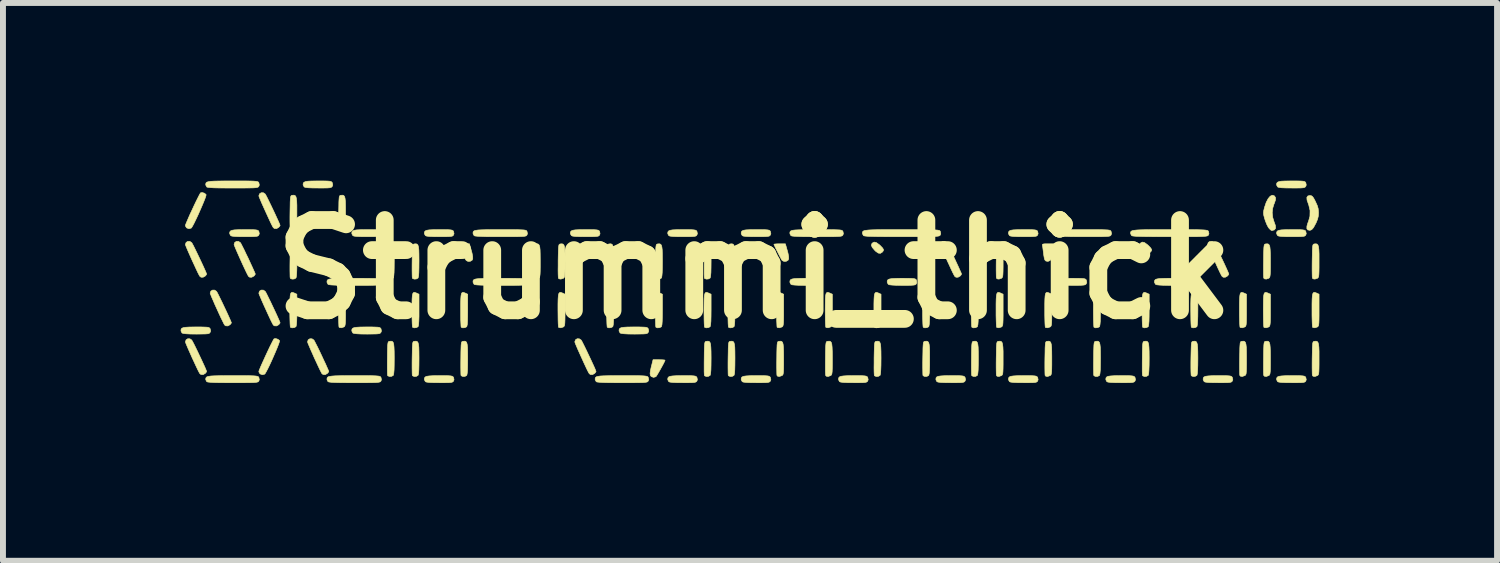
<source format=kicad_pcb>
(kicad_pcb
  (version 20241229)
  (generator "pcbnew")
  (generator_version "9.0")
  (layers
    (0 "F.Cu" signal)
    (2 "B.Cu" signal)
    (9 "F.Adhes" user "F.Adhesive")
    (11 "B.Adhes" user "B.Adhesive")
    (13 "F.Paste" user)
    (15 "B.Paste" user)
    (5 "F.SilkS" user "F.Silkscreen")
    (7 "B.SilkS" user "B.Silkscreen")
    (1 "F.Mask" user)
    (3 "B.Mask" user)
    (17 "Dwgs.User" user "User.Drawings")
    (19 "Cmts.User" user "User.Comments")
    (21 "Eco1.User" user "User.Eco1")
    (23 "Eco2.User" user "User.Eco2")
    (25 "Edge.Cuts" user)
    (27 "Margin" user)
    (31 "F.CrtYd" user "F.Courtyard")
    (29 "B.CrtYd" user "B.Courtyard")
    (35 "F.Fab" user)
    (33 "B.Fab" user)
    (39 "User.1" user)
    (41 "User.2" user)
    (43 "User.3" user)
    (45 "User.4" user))
  (footprint "Strummi_thick"
    (layer "F.Cu")
    (at 9.687 1.499)
    (property "Reference" "Strummi_thick" (at 0 0 0) (layer "F.SilkS") (effects (font (size 1.524 1.524) (thickness 0.3))))
    (attr through_hole)
    (fp_poly (pts (xy 2.058 -0.454) (xy 2.105 -0.42) (xy 2.121 -0.406) (xy 2.16 -0.366) (xy 2.178 -0.338) (xy 2.176 -0.315) (xy 2.158 -0.292) (xy 2.126 -0.272) (xy 2.091 -0.276) (xy 2.049 -0.305) (xy 2.028 -0.326) (xy 1.989 -0.372) (xy 1.974 -0.407) (xy 1.982 -0.435) (xy 1.99 -0.445) (xy 2.021 -0.462) (xy 2.058 -0.454)) (stroke (width 0.01) (type solid)) (fill yes) (layer "F.SilkS"))
    (fp_poly (pts (xy 6.585 -0.454) (xy 6.632 -0.42) (xy 6.648 -0.406) (xy 6.687 -0.366) (xy 6.705 -0.338) (xy 6.703 -0.315) (xy 6.685 -0.292) (xy 6.653 -0.272) (xy 6.618 -0.276) (xy 6.576 -0.305) (xy 6.555 -0.326) (xy 6.516 -0.372) (xy 6.501 -0.407) (xy 6.509 -0.435) (xy 6.517 -0.445) (xy 6.548 -0.462) (xy 6.585 -0.454)) (stroke (width 0.01) (type solid)) (fill yes) (layer "F.SilkS"))
    (fp_poly (pts (xy 5.043 -0.325) (xy 5.035 -0.265) (xy 5.025 -0.213) (xy 5.015 -0.179) (xy 5.015 -0.179) (xy 4.989 -0.15) (xy 4.955 -0.136) (xy 4.921 -0.142) (xy 4.903 -0.16) (xy 4.894 -0.188) (xy 4.885 -0.236) (xy 4.879 -0.284) (xy 4.872 -0.338) (xy 4.866 -0.384) (xy 4.861 -0.407) (xy 4.861 -0.421) (xy 4.873 -0.429) (xy 4.903 -0.433) (xy 4.954 -0.433) (xy 5.053 -0.433) (xy 5.043 -0.325)) (stroke (width 0.01) (type solid)) (fill yes) (layer "F.SilkS"))
    (fp_poly (pts (xy -4.79 -0.357) (xy -4.768 -0.277) (xy -4.757 -0.22) (xy -4.756 -0.182) (xy -4.765 -0.158) (xy -4.766 -0.157) (xy -4.797 -0.138) (xy -4.836 -0.136) (xy -4.866 -0.152) (xy -4.867 -0.153) (xy -4.88 -0.173) (xy -4.901 -0.212) (xy -4.926 -0.261) (xy -4.953 -0.314) (xy -4.978 -0.364) (xy -4.996 -0.403) (xy -5.005 -0.424) (xy -5.005 -0.425) (xy -4.992 -0.429) (xy -4.956 -0.432) (xy -4.909 -0.433) (xy -4.812 -0.433) (xy -4.79 -0.357)) (stroke (width 0.01) (type solid)) (fill yes) (layer "F.SilkS"))
    (fp_poly (pts (xy -1.56 1.525) (xy -1.523 1.528) (xy -1.509 1.532) (xy -1.509 1.532) (xy -1.516 1.55) (xy -1.534 1.587) (xy -1.56 1.635) (xy -1.59 1.689) (xy -1.619 1.74) (xy -1.644 1.782) (xy -1.661 1.807) (xy -1.665 1.811) (xy -1.703 1.822) (xy -1.74 1.809) (xy -1.745 1.805) (xy -1.758 1.784) (xy -1.762 1.754) (xy -1.756 1.707) (xy -1.741 1.639) (xy -1.737 1.625) (xy -1.712 1.524) (xy -1.61 1.524) (xy -1.56 1.525)) (stroke (width 0.01) (type solid)) (fill yes) (layer "F.SilkS"))
    (fp_poly (pts (xy 0.544 -0.357) (xy 0.566 -0.277) (xy 0.577 -0.22) (xy 0.578 -0.182) (xy 0.569 -0.158) (xy 0.568 -0.157) (xy 0.537 -0.138) (xy 0.498 -0.136) (xy 0.468 -0.152) (xy 0.467 -0.153) (xy 0.454 -0.173) (xy 0.433 -0.212) (xy 0.408 -0.261) (xy 0.381 -0.314) (xy 0.356 -0.364) (xy 0.338 -0.403) (xy 0.329 -0.424) (xy 0.329 -0.425) (xy 0.342 -0.429) (xy 0.378 -0.432) (xy 0.425 -0.433) (xy 0.522 -0.433) (xy 0.544 -0.357)) (stroke (width 0.01) (type solid)) (fill yes) (layer "F.SilkS"))
    (fp_poly (pts (xy -7.78 0.393) (xy -7.761 0.401) (xy -7.725 0.418) (xy -7.725 0.684) (xy -7.725 0.793) (xy -7.728 0.874) (xy -7.732 0.929) (xy -7.738 0.96) (xy -7.743 0.968) (xy -7.771 0.982) (xy -7.807 0.986) (xy -7.834 0.976) (xy -7.834 0.976) (xy -7.837 0.959) (xy -7.84 0.916) (xy -7.842 0.854) (xy -7.844 0.775) (xy -7.844 0.687) (xy -7.844 0.684) (xy -7.844 0.579) (xy -7.842 0.5) (xy -7.838 0.445) (xy -7.831 0.41) (xy -7.82 0.392) (xy -7.803 0.387) (xy -7.78 0.393)) (stroke (width 0.01) (type solid)) (fill yes) (layer "F.SilkS"))
    (fp_poly (pts (xy -5.719 0.393) (xy -5.699 0.401) (xy -5.663 0.418) (xy -5.663 0.684) (xy -5.663 0.793) (xy -5.666 0.874) (xy -5.67 0.929) (xy -5.676 0.96) (xy -5.681 0.968) (xy -5.709 0.982) (xy -5.745 0.986) (xy -5.772 0.976) (xy -5.772 0.976) (xy -5.775 0.959) (xy -5.778 0.916) (xy -5.78 0.854) (xy -5.782 0.775) (xy -5.782 0.687) (xy -5.782 0.684) (xy -5.782 0.579) (xy -5.78 0.5) (xy -5.776 0.445) (xy -5.769 0.41) (xy -5.758 0.392) (xy -5.741 0.387) (xy -5.719 0.393)) (stroke (width 0.01) (type solid)) (fill yes) (layer "F.SilkS"))
    (fp_poly (pts (xy -4.897 0.393) (xy -4.877 0.401) (xy -4.841 0.418) (xy -4.841 0.684) (xy -4.842 0.793) (xy -4.844 0.874) (xy -4.848 0.929) (xy -4.855 0.96) (xy -4.859 0.968) (xy -4.888 0.982) (xy -4.924 0.986) (xy -4.95 0.976) (xy -4.951 0.976) (xy -4.954 0.959) (xy -4.956 0.916) (xy -4.959 0.854) (xy -4.96 0.775) (xy -4.96 0.687) (xy -4.96 0.684) (xy -4.96 0.579) (xy -4.958 0.5) (xy -4.954 0.445) (xy -4.947 0.41) (xy -4.936 0.392) (xy -4.919 0.387) (xy -4.897 0.393)) (stroke (width 0.01) (type solid)) (fill yes) (layer "F.SilkS"))
    (fp_poly (pts (xy -2.432 0.393) (xy -2.412 0.401) (xy -2.376 0.418) (xy -2.376 0.684) (xy -2.376 0.793) (xy -2.379 0.874) (xy -2.383 0.929) (xy -2.389 0.96) (xy -2.394 0.968) (xy -2.422 0.982) (xy -2.458 0.986) (xy -2.485 0.976) (xy -2.485 0.976) (xy -2.488 0.959) (xy -2.491 0.916) (xy -2.493 0.854) (xy -2.495 0.775) (xy -2.495 0.687) (xy -2.495 0.684) (xy -2.495 0.579) (xy -2.493 0.5) (xy -2.489 0.445) (xy -2.482 0.41) (xy -2.471 0.392) (xy -2.454 0.387) (xy -2.432 0.393)) (stroke (width 0.01) (type solid)) (fill yes) (layer "F.SilkS"))
    (fp_poly (pts (xy -1.61 0.393) (xy -1.59 0.401) (xy -1.554 0.418) (xy -1.554 0.684) (xy -1.555 0.793) (xy -1.557 0.874) (xy -1.561 0.929) (xy -1.568 0.96) (xy -1.572 0.968) (xy -1.6 0.982) (xy -1.637 0.986) (xy -1.663 0.976) (xy -1.663 0.976) (xy -1.667 0.959) (xy -1.669 0.916) (xy -1.671 0.854) (xy -1.673 0.775) (xy -1.673 0.687) (xy -1.673 0.684) (xy -1.673 0.579) (xy -1.671 0.5) (xy -1.667 0.445) (xy -1.66 0.41) (xy -1.649 0.392) (xy -1.632 0.387) (xy -1.61 0.393)) (stroke (width 0.01) (type solid)) (fill yes) (layer "F.SilkS"))
    (fp_poly (pts (xy -0.788 0.393) (xy -0.769 0.401) (xy -0.732 0.418) (xy -0.732 0.684) (xy -0.733 0.793) (xy -0.735 0.874) (xy -0.74 0.929) (xy -0.746 0.96) (xy -0.75 0.968) (xy -0.779 0.982) (xy -0.815 0.986) (xy -0.842 0.976) (xy -0.842 0.976) (xy -0.845 0.959) (xy -0.848 0.916) (xy -0.85 0.854) (xy -0.851 0.775) (xy -0.852 0.687) (xy -0.852 0.684) (xy -0.851 0.579) (xy -0.85 0.5) (xy -0.846 0.445) (xy -0.838 0.41) (xy -0.827 0.392) (xy -0.811 0.387) (xy -0.788 0.393)) (stroke (width 0.01) (type solid)) (fill yes) (layer "F.SilkS"))
    (fp_poly (pts (xy -0.385 0.393) (xy -0.365 0.401) (xy -0.329 0.418) (xy -0.329 0.684) (xy -0.33 0.793) (xy -0.332 0.874) (xy -0.336 0.929) (xy -0.342 0.96) (xy -0.347 0.968) (xy -0.375 0.982) (xy -0.411 0.986) (xy -0.438 0.976) (xy -0.438 0.976) (xy -0.441 0.959) (xy -0.444 0.916) (xy -0.446 0.854) (xy -0.448 0.775) (xy -0.448 0.687) (xy -0.448 0.684) (xy -0.448 0.579) (xy -0.446 0.5) (xy -0.442 0.445) (xy -0.435 0.41) (xy -0.424 0.392) (xy -0.407 0.387) (xy -0.385 0.393)) (stroke (width 0.01) (type solid)) (fill yes) (layer "F.SilkS"))
    (fp_poly (pts (xy 2.081 0.393) (xy 2.1 0.401) (xy 2.137 0.418) (xy 2.137 0.684) (xy 2.136 0.793) (xy 2.133 0.874) (xy 2.129 0.929) (xy 2.123 0.96) (xy 2.119 0.968) (xy 2.09 0.982) (xy 2.054 0.986) (xy 2.027 0.976) (xy 2.027 0.976) (xy 2.024 0.959) (xy 2.021 0.916) (xy 2.019 0.854) (xy 2.018 0.775) (xy 2.017 0.687) (xy 2.017 0.684) (xy 2.017 0.579) (xy 2.019 0.5) (xy 2.023 0.445) (xy 2.03 0.41) (xy 2.042 0.392) (xy 2.058 0.387) (xy 2.081 0.393)) (stroke (width 0.01) (type solid)) (fill yes) (layer "F.SilkS"))
    (fp_poly (pts (xy 2.902 0.393) (xy 2.922 0.401) (xy 2.958 0.418) (xy 2.958 0.684) (xy 2.958 0.793) (xy 2.955 0.874) (xy 2.951 0.929) (xy 2.945 0.96) (xy 2.94 0.968) (xy 2.912 0.982) (xy 2.876 0.986) (xy 2.849 0.976) (xy 2.849 0.976) (xy 2.846 0.959) (xy 2.843 0.916) (xy 2.841 0.854) (xy 2.839 0.775) (xy 2.839 0.687) (xy 2.839 0.684) (xy 2.839 0.579) (xy 2.841 0.5) (xy 2.845 0.445) (xy 2.852 0.41) (xy 2.863 0.392) (xy 2.88 0.387) (xy 2.902 0.393)) (stroke (width 0.01) (type solid)) (fill yes) (layer "F.SilkS"))
    (fp_poly (pts (xy 3.724 0.393) (xy 3.744 0.401) (xy 3.78 0.418) (xy 3.78 0.684) (xy 3.779 0.793) (xy 3.777 0.874) (xy 3.773 0.929) (xy 3.766 0.96) (xy 3.762 0.968) (xy 3.734 0.982) (xy 3.697 0.986) (xy 3.671 0.976) (xy 3.671 0.976) (xy 3.667 0.959) (xy 3.665 0.916) (xy 3.663 0.854) (xy 3.661 0.775) (xy 3.661 0.687) (xy 3.661 0.684) (xy 3.661 0.579) (xy 3.663 0.5) (xy 3.667 0.445) (xy 3.674 0.41) (xy 3.685 0.392) (xy 3.702 0.387) (xy 3.724 0.393)) (stroke (width 0.01) (type solid)) (fill yes) (layer "F.SilkS"))
    (fp_poly (pts (xy 5.786 0.393) (xy 5.806 0.401) (xy 5.842 0.418) (xy 5.842 0.684) (xy 5.841 0.793) (xy 5.839 0.874) (xy 5.834 0.929) (xy 5.828 0.96) (xy 5.824 0.968) (xy 5.795 0.982) (xy 5.759 0.986) (xy 5.733 0.976) (xy 5.732 0.976) (xy 5.729 0.959) (xy 5.727 0.916) (xy 5.724 0.854) (xy 5.723 0.775) (xy 5.722 0.687) (xy 5.722 0.684) (xy 5.723 0.579) (xy 5.724 0.5) (xy 5.728 0.445) (xy 5.736 0.41) (xy 5.747 0.392) (xy 5.764 0.387) (xy 5.786 0.393)) (stroke (width 0.01) (type solid)) (fill yes) (layer "F.SilkS"))
    (fp_poly (pts (xy 6.608 0.393) (xy 6.627 0.401) (xy 6.664 0.418) (xy 6.664 0.684) (xy 6.663 0.793) (xy 6.661 0.874) (xy 6.656 0.929) (xy 6.65 0.96) (xy 6.646 0.968) (xy 6.617 0.982) (xy 6.581 0.986) (xy 6.554 0.976) (xy 6.554 0.976) (xy 6.551 0.959) (xy 6.548 0.916) (xy 6.546 0.854) (xy 6.545 0.775) (xy 6.544 0.687) (xy 6.544 0.684) (xy 6.545 0.579) (xy 6.546 0.5) (xy 6.55 0.445) (xy 6.557 0.41) (xy 6.569 0.392) (xy 6.585 0.387) (xy 6.608 0.393)) (stroke (width 0.01) (type solid)) (fill yes) (layer "F.SilkS"))
    (fp_poly (pts (xy 7.43 0.393) (xy 7.449 0.401) (xy 7.486 0.418) (xy 7.486 0.684) (xy 7.485 0.793) (xy 7.482 0.874) (xy 7.478 0.929) (xy 7.472 0.96) (xy 7.468 0.968) (xy 7.439 0.982) (xy 7.403 0.986) (xy 7.376 0.976) (xy 7.376 0.976) (xy 7.373 0.959) (xy 7.37 0.916) (xy 7.368 0.854) (xy 7.367 0.775) (xy 7.366 0.687) (xy 7.366 0.684) (xy 7.366 0.579) (xy 7.368 0.5) (xy 7.372 0.445) (xy 7.379 0.41) (xy 7.391 0.392) (xy 7.407 0.387) (xy 7.43 0.393)) (stroke (width 0.01) (type solid)) (fill yes) (layer "F.SilkS"))
    (fp_poly (pts (xy -6.959 0.393) (xy -6.939 0.401) (xy -6.903 0.418) (xy -6.903 0.686) (xy -6.903 0.783) (xy -6.904 0.853) (xy -6.906 0.902) (xy -6.91 0.934) (xy -6.915 0.954) (xy -6.923 0.965) (xy -6.932 0.971) (xy -6.974 0.985) (xy -7.007 0.98) (xy -7.012 0.976) (xy -7.016 0.959) (xy -7.018 0.916) (xy -7.02 0.854) (xy -7.022 0.775) (xy -7.022 0.687) (xy -7.022 0.684) (xy -7.022 0.579) (xy -7.02 0.5) (xy -7.016 0.445) (xy -7.009 0.41) (xy -6.998 0.392) (xy -6.981 0.387) (xy -6.959 0.393)) (stroke (width 0.01) (type solid)) (fill yes) (layer "F.SilkS"))
    (fp_poly (pts (xy -3.253 0.393) (xy -3.234 0.401) (xy -3.197 0.418) (xy -3.197 0.686) (xy -3.198 0.783) (xy -3.199 0.853) (xy -3.201 0.902) (xy -3.204 0.934) (xy -3.21 0.954) (xy -3.218 0.965) (xy -3.226 0.971) (xy -3.269 0.985) (xy -3.302 0.98) (xy -3.307 0.976) (xy -3.31 0.959) (xy -3.313 0.916) (xy -3.315 0.854) (xy -3.316 0.775) (xy -3.317 0.687) (xy -3.317 0.684) (xy -3.317 0.579) (xy -3.315 0.5) (xy -3.311 0.445) (xy -3.304 0.41) (xy -3.292 0.392) (xy -3.276 0.387) (xy -3.253 0.393)) (stroke (width 0.01) (type solid)) (fill yes) (layer "F.SilkS"))
    (fp_poly (pts (xy 0.437 0.393) (xy 0.457 0.401) (xy 0.493 0.418) (xy 0.493 0.686) (xy 0.493 0.783) (xy 0.492 0.853) (xy 0.49 0.902) (xy 0.486 0.934) (xy 0.481 0.954) (xy 0.473 0.965) (xy 0.464 0.971) (xy 0.422 0.985) (xy 0.389 0.98) (xy 0.383 0.976) (xy 0.38 0.959) (xy 0.378 0.916) (xy 0.375 0.854) (xy 0.374 0.775) (xy 0.374 0.687) (xy 0.374 0.684) (xy 0.374 0.579) (xy 0.376 0.5) (xy 0.38 0.445) (xy 0.387 0.41) (xy 0.398 0.392) (xy 0.415 0.387) (xy 0.437 0.393)) (stroke (width 0.01) (type solid)) (fill yes) (layer "F.SilkS"))
    (fp_poly (pts (xy 1.259 0.393) (xy 1.278 0.401) (xy 1.315 0.418) (xy 1.315 0.686) (xy 1.315 0.783) (xy 1.314 0.853) (xy 1.312 0.902) (xy 1.308 0.934) (xy 1.303 0.954) (xy 1.295 0.965) (xy 1.286 0.971) (xy 1.243 0.985) (xy 1.211 0.98) (xy 1.205 0.976) (xy 1.202 0.959) (xy 1.199 0.916) (xy 1.197 0.854) (xy 1.196 0.775) (xy 1.195 0.687) (xy 1.195 0.684) (xy 1.196 0.579) (xy 1.197 0.5) (xy 1.201 0.445) (xy 1.208 0.41) (xy 1.22 0.392) (xy 1.236 0.387) (xy 1.259 0.393)) (stroke (width 0.01) (type solid)) (fill yes) (layer "F.SilkS"))
    (fp_poly (pts (xy 4.143 0.393) (xy 4.162 0.401) (xy 4.198 0.418) (xy 4.198 0.686) (xy 4.198 0.783) (xy 4.197 0.853) (xy 4.195 0.902) (xy 4.192 0.934) (xy 4.186 0.954) (xy 4.178 0.965) (xy 4.17 0.971) (xy 4.127 0.985) (xy 4.094 0.98) (xy 4.089 0.976) (xy 4.086 0.959) (xy 4.083 0.916) (xy 4.081 0.854) (xy 4.079 0.775) (xy 4.079 0.687) (xy 4.079 0.684) (xy 4.079 0.579) (xy 4.081 0.5) (xy 4.085 0.445) (xy 4.092 0.41) (xy 4.103 0.392) (xy 4.12 0.387) (xy 4.143 0.393)) (stroke (width 0.01) (type solid)) (fill yes) (layer "F.SilkS"))
    (fp_poly (pts (xy 4.964 0.393) (xy 4.984 0.401) (xy 5.02 0.418) (xy 5.02 0.686) (xy 5.02 0.783) (xy 5.019 0.853) (xy 5.017 0.902) (xy 5.014 0.934) (xy 5.008 0.954) (xy 5 0.965) (xy 4.991 0.971) (xy 4.949 0.985) (xy 4.916 0.98) (xy 4.911 0.976) (xy 4.908 0.959) (xy 4.905 0.916) (xy 4.903 0.854) (xy 4.901 0.775) (xy 4.901 0.687) (xy 4.901 0.684) (xy 4.901 0.579) (xy 4.903 0.5) (xy 4.907 0.445) (xy 4.914 0.41) (xy 4.925 0.392) (xy 4.942 0.387) (xy 4.964 0.393)) (stroke (width 0.01) (type solid)) (fill yes) (layer "F.SilkS"))
    (fp_poly (pts (xy 8.251 0.393) (xy 8.271 0.401) (xy 8.307 0.418) (xy 8.307 0.686) (xy 8.307 0.783) (xy 8.306 0.853) (xy 8.304 0.902) (xy 8.301 0.934) (xy 8.295 0.954) (xy 8.287 0.965) (xy 8.278 0.971) (xy 8.236 0.985) (xy 8.203 0.98) (xy 8.198 0.976) (xy 8.195 0.959) (xy 8.192 0.916) (xy 8.19 0.854) (xy 8.188 0.775) (xy 8.188 0.687) (xy 8.188 0.684) (xy 8.188 0.579) (xy 8.19 0.5) (xy 8.194 0.445) (xy 8.201 0.41) (xy 8.212 0.392) (xy 8.229 0.387) (xy 8.251 0.393)) (stroke (width 0.01) (type solid)) (fill yes) (layer "F.SilkS"))
    (fp_poly (pts (xy 8.655 0.393) (xy 8.674 0.401) (xy 8.711 0.418) (xy 8.711 0.686) (xy 8.711 0.783) (xy 8.71 0.853) (xy 8.708 0.902) (xy 8.704 0.934) (xy 8.698 0.954) (xy 8.69 0.965) (xy 8.682 0.971) (xy 8.639 0.985) (xy 8.606 0.98) (xy 8.601 0.976) (xy 8.598 0.959) (xy 8.595 0.916) (xy 8.593 0.854) (xy 8.592 0.775) (xy 8.591 0.687) (xy 8.591 0.684) (xy 8.592 0.579) (xy 8.593 0.5) (xy 8.597 0.445) (xy 8.604 0.41) (xy 8.616 0.392) (xy 8.632 0.387) (xy 8.655 0.393)) (stroke (width 0.01) (type solid)) (fill yes) (layer "F.SilkS"))
    (fp_poly (pts (xy 9.477 0.393) (xy 9.496 0.401) (xy 9.532 0.418) (xy 9.532 0.686) (xy 9.532 0.783) (xy 9.531 0.853) (xy 9.529 0.902) (xy 9.526 0.934) (xy 9.52 0.954) (xy 9.512 0.965) (xy 9.504 0.971) (xy 9.461 0.985) (xy 9.428 0.98) (xy 9.423 0.976) (xy 9.42 0.959) (xy 9.417 0.916) (xy 9.415 0.854) (xy 9.413 0.775) (xy 9.413 0.687) (xy 9.413 0.684) (xy 9.413 0.579) (xy 9.415 0.5) (xy 9.419 0.445) (xy 9.426 0.41) (xy 9.437 0.392) (xy 9.454 0.387) (xy 9.477 0.393)) (stroke (width 0.01) (type solid)) (fill yes) (layer "F.SilkS"))
    (fp_poly (pts (xy -9.34 0.971) (xy -9.279 0.973) (xy -9.238 0.975) (xy -9.213 0.98) (xy -9.199 0.988) (xy -9.19 0.999) (xy -9.189 1.001) (xy -9.181 1.039) (xy -9.189 1.061) (xy -9.197 1.072) (xy -9.21 1.081) (xy -9.233 1.086) (xy -9.271 1.089) (xy -9.328 1.09) (xy -9.41 1.091) (xy -9.425 1.091) (xy -9.526 1.09) (xy -9.599 1.086) (xy -9.644 1.08) (xy -9.664 1.073) (xy -9.68 1.043) (xy -9.682 1.031) (xy -9.679 1.009) (xy -9.667 0.993) (xy -9.642 0.982) (xy -9.601 0.976) (xy -9.538 0.972) (xy -9.451 0.971) (xy -9.425 0.971) (xy -9.34 0.971)) (stroke (width 0.01) (type solid)) (fill yes) (layer "F.SilkS"))
    (fp_poly (pts (xy -8.518 -0.672) (xy -8.457 -0.671) (xy -8.416 -0.668) (xy -8.391 -0.663) (xy -8.377 -0.656) (xy -8.368 -0.645) (xy -8.367 -0.642) (xy -8.359 -0.604) (xy -8.367 -0.583) (xy -8.375 -0.571) (xy -8.388 -0.563) (xy -8.412 -0.558) (xy -8.449 -0.555) (xy -8.507 -0.553) (xy -8.588 -0.553) (xy -8.604 -0.553) (xy -8.704 -0.554) (xy -8.777 -0.557) (xy -8.823 -0.563) (xy -8.842 -0.571) (xy -8.858 -0.6) (xy -8.86 -0.613) (xy -8.857 -0.634) (xy -8.845 -0.65) (xy -8.82 -0.661) (xy -8.779 -0.668) (xy -8.716 -0.671) (xy -8.629 -0.672) (xy -8.604 -0.672) (xy -8.518 -0.672)) (stroke (width 0.01) (type solid)) (fill yes) (layer "F.SilkS"))
    (fp_poly (pts (xy -7.278 -1.494) (xy -7.217 -1.493) (xy -7.176 -1.49) (xy -7.151 -1.485) (xy -7.137 -1.477) (xy -7.128 -1.466) (xy -7.127 -1.464) (xy -7.119 -1.426) (xy -7.127 -1.404) (xy -7.135 -1.393) (xy -7.148 -1.385) (xy -7.171 -1.379) (xy -7.209 -1.376) (xy -7.266 -1.375) (xy -7.348 -1.375) (xy -7.364 -1.375) (xy -7.464 -1.376) (xy -7.537 -1.379) (xy -7.582 -1.385) (xy -7.602 -1.393) (xy -7.618 -1.422) (xy -7.62 -1.434) (xy -7.617 -1.456) (xy -7.605 -1.472) (xy -7.58 -1.483) (xy -7.539 -1.49) (xy -7.476 -1.493) (xy -7.389 -1.494) (xy -7.364 -1.494) (xy -7.278 -1.494)) (stroke (width 0.01) (type solid)) (fill yes) (layer "F.SilkS"))
    (fp_poly (pts (xy -6.456 -0.672) (xy -6.395 -0.671) (xy -6.355 -0.668) (xy -6.329 -0.663) (xy -6.315 -0.656) (xy -6.306 -0.645) (xy -6.305 -0.642) (xy -6.297 -0.604) (xy -6.305 -0.583) (xy -6.313 -0.571) (xy -6.327 -0.563) (xy -6.35 -0.558) (xy -6.387 -0.555) (xy -6.445 -0.553) (xy -6.526 -0.553) (xy -6.542 -0.553) (xy -6.643 -0.554) (xy -6.715 -0.557) (xy -6.761 -0.563) (xy -6.78 -0.571) (xy -6.796 -0.6) (xy -6.798 -0.613) (xy -6.795 -0.634) (xy -6.783 -0.65) (xy -6.758 -0.661) (xy -6.717 -0.668) (xy -6.654 -0.671) (xy -6.567 -0.672) (xy -6.542 -0.672) (xy -6.456 -0.672)) (stroke (width 0.01) (type solid)) (fill yes) (layer "F.SilkS"))
    (fp_poly (pts (xy -6.456 0.971) (xy -6.395 0.973) (xy -6.355 0.975) (xy -6.329 0.98) (xy -6.315 0.988) (xy -6.306 0.999) (xy -6.305 1.001) (xy -6.297 1.039) (xy -6.305 1.061) (xy -6.313 1.072) (xy -6.327 1.081) (xy -6.35 1.086) (xy -6.387 1.089) (xy -6.445 1.09) (xy -6.526 1.091) (xy -6.542 1.091) (xy -6.643 1.09) (xy -6.715 1.086) (xy -6.761 1.08) (xy -6.78 1.073) (xy -6.796 1.043) (xy -6.798 1.031) (xy -6.795 1.009) (xy -6.783 0.993) (xy -6.758 0.982) (xy -6.717 0.976) (xy -6.654 0.972) (xy -6.567 0.971) (xy -6.542 0.971) (xy -6.456 0.971)) (stroke (width 0.01) (type solid)) (fill yes) (layer "F.SilkS"))
    (fp_poly (pts (xy -5.231 -0.672) (xy -5.17 -0.671) (xy -5.129 -0.668) (xy -5.104 -0.663) (xy -5.09 -0.656) (xy -5.081 -0.645) (xy -5.08 -0.642) (xy -5.072 -0.604) (xy -5.08 -0.583) (xy -5.088 -0.571) (xy -5.101 -0.563) (xy -5.124 -0.558) (xy -5.162 -0.555) (xy -5.22 -0.553) (xy -5.301 -0.553) (xy -5.317 -0.553) (xy -5.417 -0.554) (xy -5.49 -0.557) (xy -5.535 -0.563) (xy -5.555 -0.571) (xy -5.571 -0.6) (xy -5.573 -0.613) (xy -5.57 -0.634) (xy -5.558 -0.65) (xy -5.533 -0.661) (xy -5.492 -0.668) (xy -5.429 -0.671) (xy -5.342 -0.672) (xy -5.317 -0.672) (xy -5.231 -0.672)) (stroke (width 0.01) (type solid)) (fill yes) (layer "F.SilkS"))
    (fp_poly (pts (xy -5.231 1.793) (xy -5.17 1.794) (xy -5.129 1.797) (xy -5.104 1.802) (xy -5.09 1.81) (xy -5.081 1.821) (xy -5.08 1.823) (xy -5.072 1.861) (xy -5.08 1.883) (xy -5.088 1.894) (xy -5.101 1.902) (xy -5.124 1.908) (xy -5.162 1.911) (xy -5.22 1.912) (xy -5.301 1.912) (xy -5.317 1.912) (xy -5.417 1.911) (xy -5.49 1.908) (xy -5.535 1.902) (xy -5.555 1.895) (xy -5.571 1.865) (xy -5.573 1.853) (xy -5.57 1.831) (xy -5.558 1.815) (xy -5.533 1.804) (xy -5.492 1.798) (xy -5.429 1.794) (xy -5.342 1.793) (xy -5.317 1.793) (xy -5.231 1.793)) (stroke (width 0.01) (type solid)) (fill yes) (layer "F.SilkS"))
    (fp_poly (pts (xy -2.765 -0.672) (xy -2.705 -0.671) (xy -2.664 -0.668) (xy -2.639 -0.663) (xy -2.625 -0.656) (xy -2.616 -0.645) (xy -2.615 -0.642) (xy -2.607 -0.604) (xy -2.615 -0.583) (xy -2.623 -0.571) (xy -2.636 -0.563) (xy -2.659 -0.558) (xy -2.697 -0.555) (xy -2.754 -0.553) (xy -2.836 -0.553) (xy -2.851 -0.553) (xy -2.952 -0.554) (xy -3.025 -0.557) (xy -3.07 -0.563) (xy -3.09 -0.571) (xy -3.106 -0.6) (xy -3.108 -0.613) (xy -3.105 -0.634) (xy -3.093 -0.65) (xy -3.068 -0.661) (xy -3.026 -0.668) (xy -2.964 -0.671) (xy -2.877 -0.672) (xy -2.851 -0.672) (xy -2.765 -0.672)) (stroke (width 0.01) (type solid)) (fill yes) (layer "F.SilkS"))
    (fp_poly (pts (xy -1.944 0.971) (xy -1.883 0.973) (xy -1.842 0.975) (xy -1.817 0.98) (xy -1.803 0.988) (xy -1.794 0.999) (xy -1.793 1.001) (xy -1.785 1.039) (xy -1.793 1.061) (xy -1.801 1.072) (xy -1.814 1.081) (xy -1.837 1.086) (xy -1.875 1.089) (xy -1.932 1.09) (xy -2.014 1.091) (xy -2.03 1.091) (xy -2.13 1.09) (xy -2.203 1.086) (xy -2.248 1.08) (xy -2.268 1.073) (xy -2.284 1.043) (xy -2.286 1.031) (xy -2.283 1.009) (xy -2.271 0.993) (xy -2.246 0.982) (xy -2.205 0.976) (xy -2.142 0.972) (xy -2.055 0.971) (xy -2.03 0.971) (xy -1.944 0.971)) (stroke (width 0.01) (type solid)) (fill yes) (layer "F.SilkS"))
    (fp_poly (pts (xy -1.122 -0.672) (xy -1.061 -0.671) (xy -1.021 -0.668) (xy -0.995 -0.663) (xy -0.981 -0.656) (xy -0.972 -0.645) (xy -0.971 -0.642) (xy -0.963 -0.604) (xy -0.971 -0.583) (xy -0.979 -0.571) (xy -0.993 -0.563) (xy -1.016 -0.558) (xy -1.053 -0.555) (xy -1.111 -0.553) (xy -1.192 -0.553) (xy -1.208 -0.553) (xy -1.309 -0.554) (xy -1.381 -0.557) (xy -1.427 -0.563) (xy -1.446 -0.571) (xy -1.462 -0.6) (xy -1.464 -0.613) (xy -1.461 -0.634) (xy -1.449 -0.65) (xy -1.424 -0.661) (xy -1.383 -0.668) (xy -1.32 -0.671) (xy -1.233 -0.672) (xy -1.208 -0.672) (xy -1.122 -0.672)) (stroke (width 0.01) (type solid)) (fill yes) (layer "F.SilkS"))
    (fp_poly (pts (xy -1.122 1.793) (xy -1.061 1.794) (xy -1.021 1.797) (xy -0.995 1.802) (xy -0.981 1.81) (xy -0.972 1.821) (xy -0.971 1.823) (xy -0.963 1.861) (xy -0.971 1.883) (xy -0.979 1.894) (xy -0.993 1.902) (xy -1.016 1.908) (xy -1.053 1.911) (xy -1.111 1.912) (xy -1.192 1.912) (xy -1.208 1.912) (xy -1.309 1.911) (xy -1.381 1.908) (xy -1.427 1.902) (xy -1.446 1.895) (xy -1.462 1.865) (xy -1.464 1.853) (xy -1.461 1.831) (xy -1.449 1.815) (xy -1.424 1.804) (xy -1.383 1.798) (xy -1.32 1.794) (xy -1.233 1.793) (xy -1.208 1.793) (xy -1.122 1.793)) (stroke (width 0.01) (type solid)) (fill yes) (layer "F.SilkS"))
    (fp_poly (pts (xy 0.118 -0.672) (xy 0.179 -0.671) (xy 0.22 -0.668) (xy 0.245 -0.663) (xy 0.259 -0.656) (xy 0.268 -0.645) (xy 0.269 -0.642) (xy 0.277 -0.604) (xy 0.269 -0.583) (xy 0.261 -0.571) (xy 0.248 -0.563) (xy 0.224 -0.558) (xy 0.187 -0.555) (xy 0.129 -0.553) (xy 0.048 -0.553) (xy 0.032 -0.553) (xy -0.068 -0.554) (xy -0.141 -0.557) (xy -0.187 -0.563) (xy -0.206 -0.571) (xy -0.222 -0.6) (xy -0.224 -0.613) (xy -0.221 -0.634) (xy -0.209 -0.65) (xy -0.184 -0.661) (xy -0.143 -0.668) (xy -0.08 -0.671) (xy 0.007 -0.672) (xy 0.032 -0.672) (xy 0.118 -0.672)) (stroke (width 0.01) (type solid)) (fill yes) (layer "F.SilkS"))
    (fp_poly (pts (xy 0.118 1.793) (xy 0.179 1.794) (xy 0.22 1.797) (xy 0.245 1.802) (xy 0.259 1.81) (xy 0.268 1.821) (xy 0.269 1.823) (xy 0.277 1.861) (xy 0.269 1.883) (xy 0.261 1.894) (xy 0.248 1.902) (xy 0.224 1.908) (xy 0.187 1.911) (xy 0.129 1.912) (xy 0.048 1.912) (xy 0.032 1.912) (xy -0.068 1.911) (xy -0.141 1.908) (xy -0.187 1.902) (xy -0.206 1.895) (xy -0.222 1.865) (xy -0.224 1.853) (xy -0.221 1.831) (xy -0.209 1.815) (xy -0.184 1.804) (xy -0.143 1.798) (xy -0.08 1.794) (xy 0.007 1.793) (xy 0.032 1.793) (xy 0.118 1.793)) (stroke (width 0.01) (type solid)) (fill yes) (layer "F.SilkS"))
    (fp_poly (pts (xy 0.94 0.15) (xy 1.001 0.151) (xy 1.041 0.154) (xy 1.066 0.159) (xy 1.081 0.166) (xy 1.09 0.177) (xy 1.091 0.179) (xy 1.099 0.218) (xy 1.091 0.239) (xy 1.083 0.251) (xy 1.069 0.259) (xy 1.046 0.264) (xy 1.008 0.267) (xy 0.951 0.269) (xy 0.87 0.269) (xy 0.854 0.269) (xy 0.753 0.268) (xy 0.681 0.264) (xy 0.635 0.259) (xy 0.616 0.251) (xy 0.6 0.222) (xy 0.598 0.209) (xy 0.601 0.187) (xy 0.613 0.171) (xy 0.637 0.161) (xy 0.679 0.154) (xy 0.741 0.151) (xy 0.829 0.149) (xy 0.854 0.149) (xy 0.94 0.15)) (stroke (width 0.01) (type solid)) (fill yes) (layer "F.SilkS"))
    (fp_poly (pts (xy 1.762 1.793) (xy 1.823 1.794) (xy 1.863 1.797) (xy 1.888 1.802) (xy 1.903 1.81) (xy 1.911 1.821) (xy 1.912 1.823) (xy 1.92 1.861) (xy 1.912 1.883) (xy 1.904 1.894) (xy 1.891 1.902) (xy 1.868 1.908) (xy 1.83 1.911) (xy 1.773 1.912) (xy 1.691 1.912) (xy 1.676 1.912) (xy 1.575 1.911) (xy 1.503 1.908) (xy 1.457 1.902) (xy 1.437 1.895) (xy 1.421 1.865) (xy 1.419 1.853) (xy 1.422 1.831) (xy 1.434 1.815) (xy 1.459 1.804) (xy 1.501 1.798) (xy 1.563 1.794) (xy 1.651 1.793) (xy 1.676 1.793) (xy 1.762 1.793)) (stroke (width 0.01) (type solid)) (fill yes) (layer "F.SilkS"))
    (fp_poly (pts (xy 2.584 0.15) (xy 2.644 0.151) (xy 2.685 0.154) (xy 2.71 0.159) (xy 2.724 0.166) (xy 2.733 0.177) (xy 2.734 0.179) (xy 2.742 0.218) (xy 2.734 0.239) (xy 2.726 0.251) (xy 2.713 0.259) (xy 2.69 0.264) (xy 2.652 0.267) (xy 2.595 0.269) (xy 2.513 0.269) (xy 2.498 0.269) (xy 2.397 0.268) (xy 2.324 0.264) (xy 2.279 0.259) (xy 2.259 0.251) (xy 2.243 0.222) (xy 2.241 0.209) (xy 2.244 0.187) (xy 2.256 0.171) (xy 2.281 0.161) (xy 2.323 0.154) (xy 2.385 0.151) (xy 2.472 0.149) (xy 2.498 0.149) (xy 2.584 0.15)) (stroke (width 0.01) (type solid)) (fill yes) (layer "F.SilkS"))
    (fp_poly (pts (xy 3.405 1.793) (xy 3.466 1.794) (xy 3.507 1.797) (xy 3.532 1.802) (xy 3.546 1.81) (xy 3.555 1.821) (xy 3.556 1.823) (xy 3.564 1.861) (xy 3.556 1.883) (xy 3.548 1.894) (xy 3.535 1.902) (xy 3.512 1.908) (xy 3.474 1.911) (xy 3.416 1.912) (xy 3.335 1.912) (xy 3.319 1.912) (xy 3.219 1.911) (xy 3.146 1.908) (xy 3.101 1.902) (xy 3.081 1.895) (xy 3.065 1.865) (xy 3.063 1.853) (xy 3.066 1.831) (xy 3.078 1.815) (xy 3.103 1.804) (xy 3.144 1.798) (xy 3.207 1.794) (xy 3.294 1.793) (xy 3.319 1.793) (xy 3.405 1.793)) (stroke (width 0.01) (type solid)) (fill yes) (layer "F.SilkS"))
    (fp_poly (pts (xy 4.63 -0.672) (xy 4.691 -0.671) (xy 4.732 -0.668) (xy 4.757 -0.663) (xy 4.771 -0.656) (xy 4.78 -0.645) (xy 4.781 -0.642) (xy 4.789 -0.604) (xy 4.781 -0.583) (xy 4.773 -0.571) (xy 4.76 -0.563) (xy 4.737 -0.558) (xy 4.699 -0.555) (xy 4.642 -0.553) (xy 4.56 -0.553) (xy 4.545 -0.553) (xy 4.444 -0.554) (xy 4.371 -0.557) (xy 4.326 -0.563) (xy 4.306 -0.571) (xy 4.29 -0.6) (xy 4.288 -0.613) (xy 4.291 -0.634) (xy 4.303 -0.65) (xy 4.328 -0.661) (xy 4.369 -0.668) (xy 4.432 -0.671) (xy 4.519 -0.672) (xy 4.545 -0.672) (xy 4.63 -0.672)) (stroke (width 0.01) (type solid)) (fill yes) (layer "F.SilkS"))
    (fp_poly (pts (xy 4.63 1.793) (xy 4.691 1.794) (xy 4.732 1.797) (xy 4.757 1.802) (xy 4.771 1.81) (xy 4.78 1.821) (xy 4.781 1.823) (xy 4.789 1.861) (xy 4.781 1.883) (xy 4.773 1.894) (xy 4.76 1.902) (xy 4.737 1.908) (xy 4.699 1.911) (xy 4.642 1.912) (xy 4.56 1.912) (xy 4.545 1.912) (xy 4.444 1.911) (xy 4.371 1.908) (xy 4.326 1.902) (xy 4.306 1.895) (xy 4.29 1.865) (xy 4.288 1.853) (xy 4.291 1.831) (xy 4.303 1.815) (xy 4.328 1.804) (xy 4.369 1.798) (xy 4.432 1.794) (xy 4.519 1.793) (xy 4.545 1.793) (xy 4.63 1.793)) (stroke (width 0.01) (type solid)) (fill yes) (layer "F.SilkS"))
    (fp_poly (pts (xy 5.452 0.15) (xy 5.513 0.151) (xy 5.554 0.154) (xy 5.579 0.159) (xy 5.593 0.166) (xy 5.602 0.177) (xy 5.603 0.179) (xy 5.611 0.218) (xy 5.603 0.239) (xy 5.595 0.251) (xy 5.582 0.259) (xy 5.558 0.264) (xy 5.521 0.267) (xy 5.463 0.269) (xy 5.382 0.269) (xy 5.366 0.269) (xy 5.266 0.268) (xy 5.193 0.264) (xy 5.147 0.259) (xy 5.128 0.251) (xy 5.112 0.222) (xy 5.11 0.209) (xy 5.113 0.187) (xy 5.125 0.171) (xy 5.15 0.161) (xy 5.191 0.154) (xy 5.254 0.151) (xy 5.341 0.149) (xy 5.366 0.149) (xy 5.452 0.15)) (stroke (width 0.01) (type solid)) (fill yes) (layer "F.SilkS"))
    (fp_poly (pts (xy 6.274 1.793) (xy 6.335 1.794) (xy 6.375 1.797) (xy 6.4 1.802) (xy 6.415 1.81) (xy 6.424 1.821) (xy 6.425 1.823) (xy 6.433 1.861) (xy 6.425 1.883) (xy 6.417 1.894) (xy 6.403 1.902) (xy 6.38 1.908) (xy 6.342 1.911) (xy 6.285 1.912) (xy 6.204 1.912) (xy 6.188 1.912) (xy 6.087 1.911) (xy 6.015 1.908) (xy 5.969 1.902) (xy 5.95 1.895) (xy 5.934 1.865) (xy 5.932 1.853) (xy 5.935 1.831) (xy 5.947 1.815) (xy 5.971 1.804) (xy 6.013 1.798) (xy 6.075 1.794) (xy 6.163 1.793) (xy 6.188 1.793) (xy 6.274 1.793)) (stroke (width 0.01) (type solid)) (fill yes) (layer "F.SilkS"))
    (fp_poly (pts (xy 7.096 0.15) (xy 7.157 0.151) (xy 7.197 0.154) (xy 7.222 0.159) (xy 7.237 0.166) (xy 7.245 0.177) (xy 7.246 0.179) (xy 7.254 0.218) (xy 7.246 0.239) (xy 7.238 0.251) (xy 7.225 0.259) (xy 7.202 0.264) (xy 7.164 0.267) (xy 7.107 0.269) (xy 7.025 0.269) (xy 7.01 0.269) (xy 6.909 0.268) (xy 6.837 0.264) (xy 6.791 0.259) (xy 6.771 0.251) (xy 6.755 0.222) (xy 6.753 0.209) (xy 6.756 0.187) (xy 6.768 0.171) (xy 6.793 0.161) (xy 6.835 0.154) (xy 6.897 0.151) (xy 6.985 0.149) (xy 7.01 0.149) (xy 7.096 0.15)) (stroke (width 0.01) (type solid)) (fill yes) (layer "F.SilkS"))
    (fp_poly (pts (xy 7.918 1.793) (xy 7.978 1.794) (xy 8.019 1.797) (xy 8.044 1.802) (xy 8.058 1.81) (xy 8.067 1.821) (xy 8.068 1.823) (xy 8.076 1.861) (xy 8.068 1.883) (xy 8.06 1.894) (xy 8.047 1.902) (xy 8.024 1.908) (xy 7.986 1.911) (xy 7.929 1.912) (xy 7.847 1.912) (xy 7.832 1.912) (xy 7.731 1.911) (xy 7.658 1.908) (xy 7.613 1.902) (xy 7.593 1.895) (xy 7.577 1.865) (xy 7.575 1.853) (xy 7.578 1.831) (xy 7.59 1.815) (xy 7.615 1.804) (xy 7.657 1.798) (xy 7.719 1.794) (xy 7.806 1.793) (xy 7.832 1.793) (xy 7.918 1.793)) (stroke (width 0.01) (type solid)) (fill yes) (layer "F.SilkS"))
    (fp_poly (pts (xy 9.158 -1.494) (xy 9.218 -1.493) (xy 9.259 -1.49) (xy 9.284 -1.485) (xy 9.299 -1.477) (xy 9.307 -1.466) (xy 9.308 -1.464) (xy 9.316 -1.426) (xy 9.308 -1.404) (xy 9.3 -1.393) (xy 9.287 -1.385) (xy 9.264 -1.379) (xy 9.226 -1.376) (xy 9.169 -1.375) (xy 9.087 -1.375) (xy 9.072 -1.375) (xy 8.971 -1.376) (xy 8.898 -1.379) (xy 8.853 -1.385) (xy 8.833 -1.393) (xy 8.817 -1.422) (xy 8.815 -1.434) (xy 8.818 -1.456) (xy 8.83 -1.472) (xy 8.855 -1.483) (xy 8.897 -1.49) (xy 8.959 -1.493) (xy 9.047 -1.494) (xy 9.072 -1.494) (xy 9.158 -1.494)) (stroke (width 0.01) (type solid)) (fill yes) (layer "F.SilkS"))
    (fp_poly (pts (xy 9.158 -0.672) (xy 9.218 -0.671) (xy 9.259 -0.668) (xy 9.284 -0.663) (xy 9.299 -0.656) (xy 9.307 -0.645) (xy 9.308 -0.642) (xy 9.316 -0.604) (xy 9.308 -0.583) (xy 9.3 -0.571) (xy 9.287 -0.563) (xy 9.264 -0.558) (xy 9.226 -0.555) (xy 9.169 -0.553) (xy 9.087 -0.553) (xy 9.072 -0.553) (xy 8.971 -0.554) (xy 8.898 -0.557) (xy 8.853 -0.563) (xy 8.833 -0.571) (xy 8.817 -0.6) (xy 8.815 -0.613) (xy 8.818 -0.634) (xy 8.83 -0.65) (xy 8.855 -0.661) (xy 8.897 -0.668) (xy 8.959 -0.671) (xy 9.047 -0.672) (xy 9.072 -0.672) (xy 9.158 -0.672)) (stroke (width 0.01) (type solid)) (fill yes) (layer "F.SilkS"))
    (fp_poly (pts (xy 9.158 1.793) (xy 9.218 1.794) (xy 9.259 1.797) (xy 9.284 1.802) (xy 9.299 1.81) (xy 9.307 1.821) (xy 9.308 1.823) (xy 9.316 1.861) (xy 9.308 1.883) (xy 9.3 1.894) (xy 9.287 1.902) (xy 9.264 1.908) (xy 9.226 1.911) (xy 9.169 1.912) (xy 9.087 1.912) (xy 9.072 1.912) (xy 8.971 1.911) (xy 8.898 1.908) (xy 8.853 1.902) (xy 8.833 1.895) (xy 8.817 1.865) (xy 8.815 1.853) (xy 8.818 1.831) (xy 8.83 1.815) (xy 8.855 1.804) (xy 8.897 1.798) (xy 8.959 1.794) (xy 9.047 1.793) (xy 9.072 1.793) (xy 9.158 1.793)) (stroke (width 0.01) (type solid)) (fill yes) (layer "F.SilkS"))
    (fp_poly (pts (xy -7.757 -0.427) (xy -7.743 -0.411) (xy -7.734 -0.38) (xy -7.728 -0.332) (xy -7.725 -0.262) (xy -7.725 -0.166) (xy -7.725 -0.136) (xy -7.725 -0.027) (xy -7.728 0.054) (xy -7.732 0.108) (xy -7.738 0.139) (xy -7.743 0.146) (xy -7.771 0.161) (xy -7.806 0.163) (xy -7.832 0.153) (xy -7.837 0.145) (xy -7.84 0.125) (xy -7.841 0.079) (xy -7.842 0.015) (xy -7.842 -0.065) (xy -7.841 -0.15) (xy -7.839 -0.247) (xy -7.838 -0.318) (xy -7.835 -0.367) (xy -7.832 -0.399) (xy -7.826 -0.418) (xy -7.818 -0.426) (xy -7.808 -0.43) (xy -7.802 -0.431) (xy -7.776 -0.433) (xy -7.757 -0.427)) (stroke (width 0.01) (type solid)) (fill yes) (layer "F.SilkS"))
    (fp_poly (pts (xy -6.113 -0.427) (xy -6.099 -0.411) (xy -6.09 -0.38) (xy -6.085 -0.332) (xy -6.082 -0.262) (xy -6.081 -0.166) (xy -6.081 -0.136) (xy -6.082 -0.027) (xy -6.084 0.054) (xy -6.089 0.108) (xy -6.095 0.139) (xy -6.099 0.146) (xy -6.128 0.161) (xy -6.162 0.163) (xy -6.189 0.153) (xy -6.194 0.145) (xy -6.196 0.125) (xy -6.197 0.079) (xy -6.198 0.015) (xy -6.198 -0.065) (xy -6.197 -0.15) (xy -6.196 -0.247) (xy -6.194 -0.318) (xy -6.192 -0.367) (xy -6.188 -0.399) (xy -6.183 -0.418) (xy -6.175 -0.426) (xy -6.164 -0.43) (xy -6.159 -0.431) (xy -6.133 -0.433) (xy -6.113 -0.427)) (stroke (width 0.01) (type solid)) (fill yes) (layer "F.SilkS"))
    (fp_poly (pts (xy -6.113 1.216) (xy -6.099 1.232) (xy -6.09 1.263) (xy -6.085 1.312) (xy -6.082 1.382) (xy -6.081 1.478) (xy -6.081 1.508) (xy -6.082 1.616) (xy -6.084 1.697) (xy -6.089 1.752) (xy -6.095 1.783) (xy -6.099 1.79) (xy -6.128 1.805) (xy -6.162 1.807) (xy -6.189 1.796) (xy -6.194 1.789) (xy -6.196 1.768) (xy -6.197 1.723) (xy -6.198 1.658) (xy -6.198 1.579) (xy -6.197 1.494) (xy -6.196 1.397) (xy -6.194 1.326) (xy -6.192 1.276) (xy -6.188 1.244) (xy -6.183 1.226) (xy -6.175 1.217) (xy -6.164 1.214) (xy -6.159 1.213) (xy -6.133 1.211) (xy -6.113 1.216)) (stroke (width 0.01) (type solid)) (fill yes) (layer "F.SilkS"))
    (fp_poly (pts (xy -5.695 -0.427) (xy -5.681 -0.411) (xy -5.672 -0.38) (xy -5.666 -0.332) (xy -5.664 -0.262) (xy -5.663 -0.166) (xy -5.663 -0.136) (xy -5.664 -0.027) (xy -5.666 0.054) (xy -5.67 0.108) (xy -5.677 0.139) (xy -5.681 0.146) (xy -5.709 0.161) (xy -5.744 0.163) (xy -5.77 0.153) (xy -5.776 0.145) (xy -5.778 0.125) (xy -5.779 0.079) (xy -5.78 0.015) (xy -5.78 -0.065) (xy -5.779 -0.15) (xy -5.777 -0.247) (xy -5.776 -0.318) (xy -5.773 -0.367) (xy -5.77 -0.399) (xy -5.764 -0.418) (xy -5.757 -0.426) (xy -5.746 -0.43) (xy -5.74 -0.431) (xy -5.714 -0.433) (xy -5.695 -0.427)) (stroke (width 0.01) (type solid)) (fill yes) (layer "F.SilkS"))
    (fp_poly (pts (xy -5.695 1.216) (xy -5.681 1.232) (xy -5.672 1.263) (xy -5.666 1.312) (xy -5.664 1.382) (xy -5.663 1.478) (xy -5.663 1.508) (xy -5.664 1.616) (xy -5.666 1.697) (xy -5.67 1.752) (xy -5.677 1.783) (xy -5.681 1.79) (xy -5.709 1.805) (xy -5.744 1.807) (xy -5.77 1.796) (xy -5.776 1.789) (xy -5.778 1.768) (xy -5.779 1.723) (xy -5.78 1.658) (xy -5.78 1.579) (xy -5.779 1.494) (xy -5.777 1.397) (xy -5.776 1.326) (xy -5.773 1.276) (xy -5.77 1.244) (xy -5.764 1.226) (xy -5.757 1.217) (xy -5.746 1.214) (xy -5.74 1.213) (xy -5.714 1.211) (xy -5.695 1.216)) (stroke (width 0.01) (type solid)) (fill yes) (layer "F.SilkS"))
    (fp_poly (pts (xy -4.873 1.216) (xy -4.859 1.232) (xy -4.85 1.263) (xy -4.844 1.312) (xy -4.842 1.382) (xy -4.841 1.478) (xy -4.841 1.508) (xy -4.842 1.616) (xy -4.844 1.697) (xy -4.849 1.752) (xy -4.855 1.783) (xy -4.859 1.79) (xy -4.887 1.805) (xy -4.922 1.807) (xy -4.948 1.796) (xy -4.954 1.789) (xy -4.956 1.768) (xy -4.957 1.723) (xy -4.958 1.658) (xy -4.958 1.579) (xy -4.957 1.494) (xy -4.956 1.397) (xy -4.954 1.326) (xy -4.952 1.276) (xy -4.948 1.244) (xy -4.943 1.226) (xy -4.935 1.217) (xy -4.924 1.214) (xy -4.919 1.213) (xy -4.892 1.211) (xy -4.873 1.216)) (stroke (width 0.01) (type solid)) (fill yes) (layer "F.SilkS"))
    (fp_poly (pts (xy -2.408 -0.427) (xy -2.394 -0.411) (xy -2.385 -0.38) (xy -2.379 -0.332) (xy -2.376 -0.262) (xy -2.376 -0.166) (xy -2.376 -0.136) (xy -2.376 -0.027) (xy -2.379 0.054) (xy -2.383 0.108) (xy -2.39 0.139) (xy -2.394 0.146) (xy -2.422 0.161) (xy -2.457 0.163) (xy -2.483 0.153) (xy -2.489 0.145) (xy -2.491 0.125) (xy -2.492 0.079) (xy -2.493 0.015) (xy -2.493 -0.065) (xy -2.492 -0.15) (xy -2.49 -0.247) (xy -2.489 -0.318) (xy -2.486 -0.367) (xy -2.483 -0.399) (xy -2.477 -0.418) (xy -2.47 -0.426) (xy -2.459 -0.43) (xy -2.453 -0.431) (xy -2.427 -0.433) (xy -2.408 -0.427)) (stroke (width 0.01) (type solid)) (fill yes) (layer "F.SilkS"))
    (fp_poly (pts (xy -1.586 -0.427) (xy -1.572 -0.411) (xy -1.563 -0.38) (xy -1.557 -0.332) (xy -1.555 -0.262) (xy -1.554 -0.166) (xy -1.554 -0.136) (xy -1.555 -0.027) (xy -1.557 0.054) (xy -1.562 0.108) (xy -1.568 0.139) (xy -1.572 0.146) (xy -1.6 0.161) (xy -1.635 0.163) (xy -1.661 0.153) (xy -1.667 0.145) (xy -1.669 0.125) (xy -1.67 0.079) (xy -1.671 0.015) (xy -1.671 -0.065) (xy -1.67 -0.15) (xy -1.669 -0.247) (xy -1.667 -0.318) (xy -1.665 -0.367) (xy -1.661 -0.399) (xy -1.656 -0.418) (xy -1.648 -0.426) (xy -1.637 -0.43) (xy -1.632 -0.431) (xy -1.605 -0.433) (xy -1.586 -0.427)) (stroke (width 0.01) (type solid)) (fill yes) (layer "F.SilkS"))
    (fp_poly (pts (xy -0.764 -0.427) (xy -0.75 -0.411) (xy -0.741 -0.38) (xy -0.736 -0.332) (xy -0.733 -0.262) (xy -0.732 -0.166) (xy -0.732 -0.136) (xy -0.733 -0.027) (xy -0.735 0.054) (xy -0.74 0.108) (xy -0.746 0.139) (xy -0.75 0.146) (xy -0.779 0.161) (xy -0.813 0.163) (xy -0.84 0.153) (xy -0.845 0.145) (xy -0.847 0.125) (xy -0.849 0.079) (xy -0.849 0.015) (xy -0.849 -0.065) (xy -0.848 -0.15) (xy -0.847 -0.247) (xy -0.845 -0.318) (xy -0.843 -0.367) (xy -0.839 -0.399) (xy -0.834 -0.418) (xy -0.826 -0.426) (xy -0.815 -0.43) (xy -0.81 -0.431) (xy -0.784 -0.433) (xy -0.764 -0.427)) (stroke (width 0.01) (type solid)) (fill yes) (layer "F.SilkS"))
    (fp_poly (pts (xy -0.764 1.216) (xy -0.75 1.232) (xy -0.741 1.263) (xy -0.736 1.312) (xy -0.733 1.382) (xy -0.732 1.478) (xy -0.732 1.508) (xy -0.733 1.616) (xy -0.735 1.697) (xy -0.74 1.752) (xy -0.746 1.783) (xy -0.75 1.79) (xy -0.779 1.805) (xy -0.813 1.807) (xy -0.84 1.796) (xy -0.845 1.789) (xy -0.847 1.768) (xy -0.849 1.723) (xy -0.849 1.658) (xy -0.849 1.579) (xy -0.848 1.494) (xy -0.847 1.397) (xy -0.845 1.326) (xy -0.843 1.276) (xy -0.839 1.244) (xy -0.834 1.226) (xy -0.826 1.217) (xy -0.815 1.214) (xy -0.81 1.213) (xy -0.784 1.211) (xy -0.764 1.216)) (stroke (width 0.01) (type solid)) (fill yes) (layer "F.SilkS"))
    (fp_poly (pts (xy -0.361 -0.427) (xy -0.347 -0.411) (xy -0.338 -0.38) (xy -0.332 -0.332) (xy -0.33 -0.262) (xy -0.329 -0.166) (xy -0.329 -0.136) (xy -0.33 -0.027) (xy -0.332 0.054) (xy -0.336 0.108) (xy -0.343 0.139) (xy -0.347 0.146) (xy -0.375 0.161) (xy -0.41 0.163) (xy -0.436 0.153) (xy -0.442 0.145) (xy -0.444 0.125) (xy -0.445 0.079) (xy -0.446 0.015) (xy -0.446 -0.065) (xy -0.445 -0.15) (xy -0.443 -0.247) (xy -0.442 -0.318) (xy -0.439 -0.367) (xy -0.436 -0.399) (xy -0.43 -0.418) (xy -0.423 -0.426) (xy -0.412 -0.43) (xy -0.406 -0.431) (xy -0.38 -0.433) (xy -0.361 -0.427)) (stroke (width 0.01) (type solid)) (fill yes) (layer "F.SilkS"))
    (fp_poly (pts (xy -0.361 1.216) (xy -0.347 1.232) (xy -0.338 1.263) (xy -0.332 1.312) (xy -0.33 1.382) (xy -0.329 1.478) (xy -0.329 1.508) (xy -0.33 1.616) (xy -0.332 1.697) (xy -0.336 1.752) (xy -0.343 1.783) (xy -0.347 1.79) (xy -0.375 1.805) (xy -0.41 1.807) (xy -0.436 1.796) (xy -0.442 1.789) (xy -0.444 1.768) (xy -0.445 1.723) (xy -0.446 1.658) (xy -0.446 1.579) (xy -0.445 1.494) (xy -0.443 1.397) (xy -0.442 1.326) (xy -0.439 1.276) (xy -0.436 1.244) (xy -0.43 1.226) (xy -0.423 1.217) (xy -0.412 1.214) (xy -0.406 1.213) (xy -0.38 1.211) (xy -0.361 1.216)) (stroke (width 0.01) (type solid)) (fill yes) (layer "F.SilkS"))
    (fp_poly (pts (xy 2.105 1.216) (xy 2.118 1.232) (xy 2.128 1.263) (xy 2.133 1.312) (xy 2.136 1.382) (xy 2.137 1.478) (xy 2.137 1.508) (xy 2.136 1.616) (xy 2.133 1.697) (xy 2.129 1.752) (xy 2.123 1.783) (xy 2.119 1.79) (xy 2.09 1.805) (xy 2.056 1.807) (xy 2.029 1.796) (xy 2.024 1.789) (xy 2.022 1.768) (xy 2.02 1.723) (xy 2.019 1.658) (xy 2.02 1.579) (xy 2.02 1.494) (xy 2.022 1.397) (xy 2.024 1.326) (xy 2.026 1.276) (xy 2.03 1.244) (xy 2.035 1.226) (xy 2.043 1.217) (xy 2.053 1.214) (xy 2.059 1.213) (xy 2.085 1.211) (xy 2.105 1.216)) (stroke (width 0.01) (type solid)) (fill yes) (layer "F.SilkS"))
    (fp_poly (pts (xy 2.926 1.216) (xy 2.94 1.232) (xy 2.949 1.263) (xy 2.955 1.312) (xy 2.958 1.382) (xy 2.958 1.478) (xy 2.958 1.508) (xy 2.958 1.616) (xy 2.955 1.697) (xy 2.951 1.752) (xy 2.944 1.783) (xy 2.94 1.79) (xy 2.912 1.805) (xy 2.877 1.807) (xy 2.851 1.796) (xy 2.845 1.789) (xy 2.843 1.768) (xy 2.842 1.723) (xy 2.841 1.658) (xy 2.841 1.579) (xy 2.842 1.494) (xy 2.844 1.397) (xy 2.845 1.326) (xy 2.848 1.276) (xy 2.851 1.244) (xy 2.857 1.226) (xy 2.864 1.217) (xy 2.875 1.214) (xy 2.881 1.213) (xy 2.907 1.211) (xy 2.926 1.216)) (stroke (width 0.01) (type solid)) (fill yes) (layer "F.SilkS"))
    (fp_poly (pts (xy 3.748 1.216) (xy 3.762 1.232) (xy 3.771 1.263) (xy 3.777 1.312) (xy 3.779 1.382) (xy 3.78 1.478) (xy 3.78 1.508) (xy 3.779 1.616) (xy 3.777 1.697) (xy 3.772 1.752) (xy 3.766 1.783) (xy 3.762 1.79) (xy 3.734 1.805) (xy 3.699 1.807) (xy 3.673 1.796) (xy 3.667 1.789) (xy 3.665 1.768) (xy 3.664 1.723) (xy 3.663 1.658) (xy 3.663 1.579) (xy 3.664 1.494) (xy 3.665 1.397) (xy 3.667 1.326) (xy 3.669 1.276) (xy 3.673 1.244) (xy 3.678 1.226) (xy 3.686 1.217) (xy 3.697 1.214) (xy 3.702 1.213) (xy 3.729 1.211) (xy 3.748 1.216)) (stroke (width 0.01) (type solid)) (fill yes) (layer "F.SilkS"))
    (fp_poly (pts (xy 5.81 1.216) (xy 5.824 1.232) (xy 5.833 1.263) (xy 5.839 1.312) (xy 5.841 1.382) (xy 5.842 1.478) (xy 5.842 1.508) (xy 5.841 1.616) (xy 5.839 1.697) (xy 5.834 1.752) (xy 5.828 1.783) (xy 5.824 1.79) (xy 5.796 1.805) (xy 5.761 1.807) (xy 5.734 1.796) (xy 5.729 1.789) (xy 5.727 1.768) (xy 5.726 1.723) (xy 5.725 1.658) (xy 5.725 1.579) (xy 5.726 1.494) (xy 5.727 1.397) (xy 5.729 1.326) (xy 5.731 1.276) (xy 5.735 1.244) (xy 5.74 1.226) (xy 5.748 1.217) (xy 5.759 1.214) (xy 5.764 1.213) (xy 5.791 1.211) (xy 5.81 1.216)) (stroke (width 0.01) (type solid)) (fill yes) (layer "F.SilkS"))
    (fp_poly (pts (xy 6.632 1.216) (xy 6.646 1.232) (xy 6.655 1.263) (xy 6.66 1.312) (xy 6.663 1.382) (xy 6.664 1.478) (xy 6.664 1.508) (xy 6.663 1.616) (xy 6.66 1.697) (xy 6.656 1.752) (xy 6.65 1.783) (xy 6.646 1.79) (xy 6.617 1.805) (xy 6.583 1.807) (xy 6.556 1.796) (xy 6.551 1.789) (xy 6.549 1.768) (xy 6.547 1.723) (xy 6.547 1.658) (xy 6.547 1.579) (xy 6.548 1.494) (xy 6.549 1.397) (xy 6.551 1.326) (xy 6.553 1.276) (xy 6.557 1.244) (xy 6.562 1.226) (xy 6.57 1.217) (xy 6.581 1.214) (xy 6.586 1.213) (xy 6.612 1.211) (xy 6.632 1.216)) (stroke (width 0.01) (type solid)) (fill yes) (layer "F.SilkS"))
    (fp_poly (pts (xy 7.454 1.216) (xy 7.467 1.232) (xy 7.477 1.263) (xy 7.482 1.312) (xy 7.485 1.382) (xy 7.486 1.478) (xy 7.486 1.508) (xy 7.485 1.616) (xy 7.482 1.697) (xy 7.478 1.752) (xy 7.472 1.783) (xy 7.468 1.79) (xy 7.439 1.805) (xy 7.405 1.807) (xy 7.378 1.796) (xy 7.373 1.789) (xy 7.371 1.768) (xy 7.369 1.723) (xy 7.368 1.658) (xy 7.368 1.579) (xy 7.369 1.494) (xy 7.371 1.397) (xy 7.373 1.326) (xy 7.375 1.276) (xy 7.378 1.244) (xy 7.384 1.226) (xy 7.392 1.217) (xy 7.402 1.214) (xy 7.408 1.213) (xy 7.434 1.211) (xy 7.454 1.216)) (stroke (width 0.01) (type solid)) (fill yes) (layer "F.SilkS"))
    (fp_poly (pts (xy 8.776 -1.243) (xy 8.782 -1.237) (xy 8.798 -1.21) (xy 8.796 -1.173) (xy 8.778 -1.119) (xy 8.771 -1.104) (xy 8.749 -1.032) (xy 8.741 -0.956) (xy 8.75 -0.877) (xy 8.771 -0.809) (xy 8.795 -0.742) (xy 8.798 -0.695) (xy 8.778 -0.668) (xy 8.737 -0.657) (xy 8.732 -0.657) (xy 8.712 -0.669) (xy 8.685 -0.698) (xy 8.674 -0.713) (xy 8.65 -0.759) (xy 8.626 -0.819) (xy 8.612 -0.863) (xy 8.598 -0.916) (xy 8.594 -0.955) (xy 8.598 -0.994) (xy 8.611 -1.046) (xy 8.612 -1.05) (xy 8.64 -1.133) (xy 8.673 -1.196) (xy 8.708 -1.237) (xy 8.743 -1.253) (xy 8.776 -1.243)) (stroke (width 0.01) (type solid)) (fill yes) (layer "F.SilkS"))
    (fp_poly (pts (xy 9.4 -1.245) (xy 9.419 -1.233) (xy 9.439 -1.207) (xy 9.464 -1.161) (xy 9.471 -1.146) (xy 9.501 -1.081) (xy 9.517 -1.028) (xy 9.522 -0.973) (xy 9.523 -0.956) (xy 9.519 -0.898) (xy 9.506 -0.846) (xy 9.481 -0.785) (xy 9.471 -0.767) (xy 9.438 -0.706) (xy 9.408 -0.672) (xy 9.378 -0.66) (xy 9.343 -0.667) (xy 9.342 -0.667) (xy 9.326 -0.689) (xy 9.327 -0.731) (xy 9.344 -0.788) (xy 9.353 -0.809) (xy 9.378 -0.898) (xy 9.38 -0.995) (xy 9.358 -1.089) (xy 9.352 -1.105) (xy 9.329 -1.171) (xy 9.326 -1.216) (xy 9.344 -1.241) (xy 9.376 -1.248) (xy 9.4 -1.245)) (stroke (width 0.01) (type solid)) (fill yes) (layer "F.SilkS"))
    (fp_poly (pts (xy -9.531 -0.473) (xy -9.5 -0.452) (xy -9.489 -0.433) (xy -9.467 -0.392) (xy -9.439 -0.335) (xy -9.406 -0.267) (xy -9.371 -0.194) (xy -9.336 -0.12) (xy -9.304 -0.051) (xy -9.277 0.009) (xy -9.258 0.053) (xy -9.249 0.077) (xy -9.249 0.079) (xy -9.258 0.095) (xy -9.272 0.111) (xy -9.307 0.131) (xy -9.343 0.131) (xy -9.363 0.116) (xy -9.376 0.094) (xy -9.398 0.051) (xy -9.426 -0.008) (xy -9.458 -0.078) (xy -9.493 -0.153) (xy -9.526 -0.227) (xy -9.557 -0.297) (xy -9.582 -0.355) (xy -9.6 -0.399) (xy -9.607 -0.42) (xy -9.607 -0.421) (xy -9.595 -0.456) (xy -9.567 -0.474) (xy -9.531 -0.473)) (stroke (width 0.01) (type solid)) (fill yes) (layer "F.SilkS"))
    (fp_poly (pts (xy -9.531 1.171) (xy -9.5 1.192) (xy -9.489 1.211) (xy -9.467 1.252) (xy -9.439 1.308) (xy -9.406 1.376) (xy -9.371 1.45) (xy -9.336 1.524) (xy -9.304 1.593) (xy -9.277 1.652) (xy -9.258 1.697) (xy -9.249 1.721) (xy -9.249 1.723) (xy -9.258 1.739) (xy -9.272 1.755) (xy -9.307 1.775) (xy -9.343 1.774) (xy -9.363 1.759) (xy -9.376 1.737) (xy -9.398 1.694) (xy -9.426 1.635) (xy -9.458 1.566) (xy -9.493 1.491) (xy -9.526 1.416) (xy -9.557 1.347) (xy -9.582 1.288) (xy -9.6 1.245) (xy -9.607 1.223) (xy -9.607 1.222) (xy -9.595 1.188) (xy -9.567 1.17) (xy -9.531 1.171)) (stroke (width 0.01) (type solid)) (fill yes) (layer "F.SilkS"))
    (fp_poly (pts (xy -9.285 -1.287) (xy -9.26 -1.266) (xy -9.257 -1.261) (xy -9.261 -1.241) (xy -9.275 -1.199) (xy -9.298 -1.141) (xy -9.327 -1.072) (xy -9.36 -0.996) (xy -9.394 -0.919) (xy -9.428 -0.847) (xy -9.459 -0.783) (xy -9.485 -0.734) (xy -9.503 -0.704) (xy -9.508 -0.699) (xy -9.547 -0.688) (xy -9.584 -0.701) (xy -9.589 -0.705) (xy -9.605 -0.732) (xy -9.607 -0.743) (xy -9.601 -0.763) (xy -9.584 -0.804) (xy -9.559 -0.862) (xy -9.529 -0.931) (xy -9.494 -1.005) (xy -9.459 -1.081) (xy -9.425 -1.152) (xy -9.394 -1.214) (xy -9.37 -1.261) (xy -9.354 -1.289) (xy -9.35 -1.294) (xy -9.321 -1.298) (xy -9.285 -1.287)) (stroke (width 0.01) (type solid)) (fill yes) (layer "F.SilkS"))
    (fp_poly (pts (xy -9.113 0.349) (xy -9.082 0.37) (xy -9.07 0.389) (xy -9.049 0.43) (xy -9.021 0.487) (xy -8.988 0.554) (xy -8.953 0.628) (xy -8.918 0.702) (xy -8.886 0.771) (xy -8.859 0.831) (xy -8.84 0.875) (xy -8.831 0.899) (xy -8.83 0.901) (xy -8.84 0.917) (xy -8.854 0.933) (xy -8.889 0.953) (xy -8.925 0.952) (xy -8.945 0.938) (xy -8.958 0.915) (xy -8.979 0.872) (xy -9.008 0.813) (xy -9.04 0.744) (xy -9.074 0.669) (xy -9.108 0.595) (xy -9.138 0.525) (xy -9.164 0.466) (xy -9.181 0.423) (xy -9.189 0.401) (xy -9.189 0.4) (xy -9.177 0.366) (xy -9.148 0.348) (xy -9.113 0.349)) (stroke (width 0.01) (type solid)) (fill yes) (layer "F.SilkS"))
    (fp_poly (pts (xy -8.71 -0.473) (xy -8.678 -0.452) (xy -8.667 -0.433) (xy -8.646 -0.392) (xy -8.617 -0.335) (xy -8.585 -0.267) (xy -8.549 -0.194) (xy -8.515 -0.12) (xy -8.483 -0.051) (xy -8.456 0.009) (xy -8.436 0.053) (xy -8.427 0.077) (xy -8.427 0.079) (xy -8.436 0.095) (xy -8.45 0.111) (xy -8.486 0.131) (xy -8.521 0.131) (xy -8.542 0.116) (xy -8.554 0.094) (xy -8.576 0.051) (xy -8.604 -0.008) (xy -8.637 -0.078) (xy -8.671 -0.153) (xy -8.704 -0.227) (xy -8.735 -0.297) (xy -8.76 -0.355) (xy -8.778 -0.399) (xy -8.785 -0.42) (xy -8.785 -0.421) (xy -8.774 -0.456) (xy -8.745 -0.474) (xy -8.71 -0.473)) (stroke (width 0.01) (type solid)) (fill yes) (layer "F.SilkS"))
    (fp_poly (pts (xy -8.291 -1.295) (xy -8.26 -1.274) (xy -8.248 -1.254) (xy -8.227 -1.214) (xy -8.199 -1.157) (xy -8.166 -1.089) (xy -8.131 -1.016) (xy -8.096 -0.942) (xy -8.064 -0.872) (xy -8.037 -0.813) (xy -8.018 -0.769) (xy -8.009 -0.745) (xy -8.008 -0.742) (xy -8.018 -0.727) (xy -8.032 -0.711) (xy -8.067 -0.69) (xy -8.103 -0.691) (xy -8.123 -0.706) (xy -8.136 -0.728) (xy -8.158 -0.771) (xy -8.186 -0.83) (xy -8.218 -0.9) (xy -8.252 -0.974) (xy -8.286 -1.049) (xy -8.317 -1.118) (xy -8.342 -1.177) (xy -8.36 -1.22) (xy -8.367 -1.242) (xy -8.367 -1.243) (xy -8.355 -1.277) (xy -8.327 -1.295) (xy -8.291 -1.295)) (stroke (width 0.01) (type solid)) (fill yes) (layer "F.SilkS"))
    (fp_poly (pts (xy -8.291 0.349) (xy -8.26 0.37) (xy -8.248 0.389) (xy -8.227 0.43) (xy -8.199 0.487) (xy -8.166 0.554) (xy -8.131 0.628) (xy -8.096 0.702) (xy -8.064 0.771) (xy -8.037 0.831) (xy -8.018 0.875) (xy -8.009 0.899) (xy -8.008 0.901) (xy -8.018 0.917) (xy -8.032 0.933) (xy -8.067 0.953) (xy -8.103 0.952) (xy -8.123 0.938) (xy -8.136 0.915) (xy -8.158 0.872) (xy -8.186 0.813) (xy -8.218 0.744) (xy -8.252 0.669) (xy -8.286 0.595) (xy -8.317 0.525) (xy -8.342 0.466) (xy -8.36 0.423) (xy -8.367 0.401) (xy -8.367 0.4) (xy -8.355 0.366) (xy -8.327 0.348) (xy -8.291 0.349)) (stroke (width 0.01) (type solid)) (fill yes) (layer "F.SilkS"))
    (fp_poly (pts (xy -8.045 1.179) (xy -8.02 1.199) (xy -8.017 1.204) (xy -8.021 1.224) (xy -8.035 1.266) (xy -8.058 1.324) (xy -8.087 1.393) (xy -8.12 1.469) (xy -8.154 1.546) (xy -8.188 1.619) (xy -8.219 1.682) (xy -8.245 1.731) (xy -8.263 1.761) (xy -8.268 1.767) (xy -8.307 1.777) (xy -8.344 1.764) (xy -8.349 1.76) (xy -8.365 1.733) (xy -8.367 1.722) (xy -8.361 1.702) (xy -8.344 1.661) (xy -8.319 1.603) (xy -8.288 1.535) (xy -8.254 1.46) (xy -8.219 1.385) (xy -8.185 1.313) (xy -8.154 1.251) (xy -8.13 1.204) (xy -8.114 1.176) (xy -8.11 1.171) (xy -8.081 1.167) (xy -8.045 1.179)) (stroke (width 0.01) (type solid)) (fill yes) (layer "F.SilkS"))
    (fp_poly (pts (xy -7.757 -1.249) (xy -7.743 -1.233) (xy -7.734 -1.203) (xy -7.728 -1.154) (xy -7.725 -1.085) (xy -7.725 -0.99) (xy -7.725 -0.955) (xy -7.725 -0.859) (xy -7.726 -0.789) (xy -7.728 -0.74) (xy -7.731 -0.709) (xy -7.737 -0.689) (xy -7.745 -0.678) (xy -7.753 -0.673) (xy -7.795 -0.659) (xy -7.827 -0.664) (xy -7.837 -0.677) (xy -7.84 -0.697) (xy -7.841 -0.742) (xy -7.842 -0.807) (xy -7.842 -0.887) (xy -7.841 -0.972) (xy -7.839 -1.069) (xy -7.838 -1.14) (xy -7.835 -1.189) (xy -7.832 -1.221) (xy -7.826 -1.239) (xy -7.818 -1.248) (xy -7.808 -1.252) (xy -7.802 -1.252) (xy -7.776 -1.254) (xy -7.757 -1.249)) (stroke (width 0.01) (type solid)) (fill yes) (layer "F.SilkS"))
    (fp_poly (pts (xy -7.469 1.171) (xy -7.438 1.192) (xy -7.427 1.211) (xy -7.406 1.252) (xy -7.377 1.308) (xy -7.344 1.376) (xy -7.309 1.45) (xy -7.275 1.524) (xy -7.242 1.593) (xy -7.216 1.652) (xy -7.196 1.697) (xy -7.187 1.721) (xy -7.187 1.723) (xy -7.196 1.739) (xy -7.21 1.755) (xy -7.245 1.775) (xy -7.281 1.774) (xy -7.302 1.759) (xy -7.314 1.737) (xy -7.336 1.694) (xy -7.364 1.635) (xy -7.396 1.566) (xy -7.431 1.491) (xy -7.464 1.416) (xy -7.495 1.347) (xy -7.52 1.288) (xy -7.538 1.245) (xy -7.545 1.223) (xy -7.545 1.222) (xy -7.534 1.188) (xy -7.505 1.17) (xy -7.469 1.171)) (stroke (width 0.01) (type solid)) (fill yes) (layer "F.SilkS"))
    (fp_poly (pts (xy -6.935 -1.249) (xy -6.921 -1.233) (xy -6.912 -1.203) (xy -6.906 -1.154) (xy -6.904 -1.085) (xy -6.903 -0.99) (xy -6.903 -0.955) (xy -6.903 -0.859) (xy -6.904 -0.789) (xy -6.906 -0.74) (xy -6.91 -0.709) (xy -6.915 -0.689) (xy -6.923 -0.678) (xy -6.932 -0.673) (xy -6.974 -0.659) (xy -7.005 -0.664) (xy -7.016 -0.677) (xy -7.018 -0.697) (xy -7.019 -0.742) (xy -7.02 -0.807) (xy -7.02 -0.887) (xy -7.019 -0.972) (xy -7.017 -1.069) (xy -7.016 -1.14) (xy -7.013 -1.189) (xy -7.01 -1.221) (xy -7.004 -1.239) (xy -6.997 -1.248) (xy -6.986 -1.252) (xy -6.98 -1.252) (xy -6.954 -1.254) (xy -6.935 -1.249)) (stroke (width 0.01) (type solid)) (fill yes) (layer "F.SilkS"))
    (fp_poly (pts (xy -3.648 -0.427) (xy -3.634 -0.411) (xy -3.625 -0.381) (xy -3.619 -0.333) (xy -3.617 -0.263) (xy -3.616 -0.168) (xy -3.616 -0.133) (xy -3.616 -0.038) (xy -3.617 0.033) (xy -3.619 0.081) (xy -3.623 0.113) (xy -3.628 0.132) (xy -3.636 0.143) (xy -3.645 0.149) (xy -3.687 0.163) (xy -3.718 0.158) (xy -3.729 0.145) (xy -3.731 0.125) (xy -3.732 0.079) (xy -3.733 0.015) (xy -3.733 -0.065) (xy -3.732 -0.15) (xy -3.73 -0.247) (xy -3.729 -0.318) (xy -3.726 -0.367) (xy -3.723 -0.399) (xy -3.717 -0.418) (xy -3.71 -0.426) (xy -3.699 -0.43) (xy -3.693 -0.431) (xy -3.667 -0.433) (xy -3.648 -0.427)) (stroke (width 0.01) (type solid)) (fill yes) (layer "F.SilkS"))
    (fp_poly (pts (xy -3.23 -0.427) (xy -3.216 -0.411) (xy -3.206 -0.381) (xy -3.201 -0.333) (xy -3.198 -0.263) (xy -3.197 -0.168) (xy -3.197 -0.133) (xy -3.198 -0.038) (xy -3.199 0.033) (xy -3.201 0.081) (xy -3.204 0.113) (xy -3.21 0.132) (xy -3.218 0.143) (xy -3.226 0.149) (xy -3.268 0.163) (xy -3.3 0.158) (xy -3.31 0.145) (xy -3.312 0.125) (xy -3.314 0.079) (xy -3.315 0.015) (xy -3.314 -0.065) (xy -3.314 -0.15) (xy -3.312 -0.247) (xy -3.31 -0.318) (xy -3.308 -0.367) (xy -3.304 -0.399) (xy -3.299 -0.418) (xy -3.291 -0.426) (xy -3.281 -0.43) (xy -3.275 -0.431) (xy -3.249 -0.433) (xy -3.23 -0.427)) (stroke (width 0.01) (type solid)) (fill yes) (layer "F.SilkS"))
    (fp_poly (pts (xy -2.957 1.171) (xy -2.926 1.192) (xy -2.914 1.211) (xy -2.893 1.252) (xy -2.865 1.308) (xy -2.832 1.376) (xy -2.797 1.45) (xy -2.762 1.524) (xy -2.73 1.593) (xy -2.703 1.652) (xy -2.684 1.697) (xy -2.675 1.721) (xy -2.674 1.723) (xy -2.684 1.739) (xy -2.698 1.755) (xy -2.733 1.775) (xy -2.769 1.774) (xy -2.789 1.759) (xy -2.802 1.737) (xy -2.824 1.694) (xy -2.852 1.635) (xy -2.884 1.566) (xy -2.918 1.491) (xy -2.952 1.416) (xy -2.983 1.347) (xy -3.008 1.288) (xy -3.026 1.245) (xy -3.033 1.223) (xy -3.033 1.222) (xy -3.021 1.188) (xy -2.993 1.17) (xy -2.957 1.171)) (stroke (width 0.01) (type solid)) (fill yes) (layer "F.SilkS"))
    (fp_poly (pts (xy 0.461 1.216) (xy 0.475 1.232) (xy 0.484 1.263) (xy 0.489 1.311) (xy 0.492 1.381) (xy 0.493 1.476) (xy 0.493 1.51) (xy 0.493 1.606) (xy 0.492 1.676) (xy 0.49 1.725) (xy 0.486 1.757) (xy 0.481 1.776) (xy 0.472 1.787) (xy 0.464 1.792) (xy 0.422 1.807) (xy 0.391 1.802) (xy 0.38 1.789) (xy 0.378 1.768) (xy 0.377 1.723) (xy 0.376 1.658) (xy 0.376 1.579) (xy 0.377 1.494) (xy 0.378 1.397) (xy 0.38 1.326) (xy 0.382 1.276) (xy 0.386 1.244) (xy 0.391 1.226) (xy 0.399 1.217) (xy 0.41 1.214) (xy 0.415 1.213) (xy 0.441 1.211) (xy 0.461 1.216)) (stroke (width 0.01) (type solid)) (fill yes) (layer "F.SilkS"))
    (fp_poly (pts (xy 1.283 1.216) (xy 1.297 1.232) (xy 1.306 1.263) (xy 1.311 1.311) (xy 1.314 1.381) (xy 1.315 1.476) (xy 1.315 1.51) (xy 1.315 1.606) (xy 1.314 1.676) (xy 1.312 1.725) (xy 1.308 1.757) (xy 1.302 1.776) (xy 1.294 1.787) (xy 1.286 1.792) (xy 1.244 1.807) (xy 1.213 1.802) (xy 1.202 1.789) (xy 1.2 1.768) (xy 1.198 1.723) (xy 1.198 1.658) (xy 1.198 1.579) (xy 1.199 1.494) (xy 1.2 1.397) (xy 1.202 1.326) (xy 1.204 1.276) (xy 1.208 1.244) (xy 1.213 1.226) (xy 1.221 1.217) (xy 1.232 1.214) (xy 1.237 1.213) (xy 1.263 1.211) (xy 1.283 1.216)) (stroke (width 0.01) (type solid)) (fill yes) (layer "F.SilkS"))
    (fp_poly (pts (xy 3.214 -0.473) (xy 3.245 -0.452) (xy 3.256 -0.433) (xy 3.277 -0.392) (xy 3.306 -0.335) (xy 3.338 -0.267) (xy 3.374 -0.194) (xy 3.408 -0.12) (xy 3.44 -0.051) (xy 3.467 0.009) (xy 3.487 0.053) (xy 3.496 0.077) (xy 3.496 0.079) (xy 3.487 0.095) (xy 3.473 0.111) (xy 3.438 0.131) (xy 3.402 0.131) (xy 3.381 0.116) (xy 3.369 0.094) (xy 3.347 0.051) (xy 3.319 -0.008) (xy 3.287 -0.078) (xy 3.252 -0.153) (xy 3.219 -0.227) (xy 3.188 -0.297) (xy 3.163 -0.355) (xy 3.145 -0.399) (xy 3.138 -0.42) (xy 3.138 -0.421) (xy 3.149 -0.456) (xy 3.178 -0.474) (xy 3.214 -0.473)) (stroke (width 0.01) (type solid)) (fill yes) (layer "F.SilkS"))
    (fp_poly (pts (xy 4.166 -0.427) (xy 4.18 -0.411) (xy 4.189 -0.381) (xy 4.195 -0.333) (xy 4.198 -0.263) (xy 4.198 -0.168) (xy 4.198 -0.133) (xy 4.198 -0.038) (xy 4.197 0.033) (xy 4.195 0.081) (xy 4.192 0.113) (xy 4.186 0.132) (xy 4.178 0.143) (xy 4.17 0.149) (xy 4.128 0.163) (xy 4.096 0.158) (xy 4.086 0.145) (xy 4.083 0.125) (xy 4.082 0.079) (xy 4.081 0.015) (xy 4.081 -0.065) (xy 4.082 -0.15) (xy 4.084 -0.247) (xy 4.085 -0.318) (xy 4.088 -0.367) (xy 4.091 -0.399) (xy 4.097 -0.418) (xy 4.105 -0.426) (xy 4.115 -0.43) (xy 4.121 -0.431) (xy 4.147 -0.433) (xy 4.166 -0.427)) (stroke (width 0.01) (type solid)) (fill yes) (layer "F.SilkS"))
    (fp_poly (pts (xy 4.166 1.216) (xy 4.18 1.232) (xy 4.189 1.263) (xy 4.195 1.311) (xy 4.198 1.381) (xy 4.198 1.476) (xy 4.198 1.51) (xy 4.198 1.606) (xy 4.197 1.676) (xy 4.195 1.725) (xy 4.192 1.757) (xy 4.186 1.776) (xy 4.178 1.787) (xy 4.17 1.792) (xy 4.128 1.807) (xy 4.096 1.802) (xy 4.086 1.789) (xy 4.083 1.768) (xy 4.082 1.723) (xy 4.081 1.658) (xy 4.081 1.579) (xy 4.082 1.494) (xy 4.084 1.397) (xy 4.085 1.326) (xy 4.088 1.276) (xy 4.091 1.244) (xy 4.097 1.226) (xy 4.105 1.217) (xy 4.115 1.214) (xy 4.121 1.213) (xy 4.147 1.211) (xy 4.166 1.216)) (stroke (width 0.01) (type solid)) (fill yes) (layer "F.SilkS"))
    (fp_poly (pts (xy 4.988 1.216) (xy 5.002 1.232) (xy 5.011 1.263) (xy 5.017 1.311) (xy 5.019 1.381) (xy 5.02 1.476) (xy 5.02 1.51) (xy 5.02 1.606) (xy 5.019 1.676) (xy 5.017 1.725) (xy 5.013 1.757) (xy 5.008 1.776) (xy 5 1.787) (xy 4.991 1.792) (xy 4.949 1.807) (xy 4.918 1.802) (xy 4.907 1.789) (xy 4.905 1.768) (xy 4.904 1.723) (xy 4.903 1.658) (xy 4.903 1.579) (xy 4.904 1.494) (xy 4.906 1.397) (xy 4.907 1.326) (xy 4.91 1.276) (xy 4.913 1.244) (xy 4.919 1.226) (xy 4.926 1.217) (xy 4.937 1.214) (xy 4.943 1.213) (xy 4.969 1.211) (xy 4.988 1.216)) (stroke (width 0.01) (type solid)) (fill yes) (layer "F.SilkS"))
    (fp_poly (pts (xy 7.726 -0.473) (xy 7.757 -0.452) (xy 7.769 -0.433) (xy 7.79 -0.392) (xy 7.818 -0.335) (xy 7.851 -0.267) (xy 7.886 -0.194) (xy 7.921 -0.12) (xy 7.953 -0.051) (xy 7.98 0.009) (xy 7.999 0.053) (xy 8.008 0.077) (xy 8.008 0.079) (xy 7.999 0.095) (xy 7.985 0.111) (xy 7.95 0.131) (xy 7.914 0.131) (xy 7.894 0.116) (xy 7.881 0.094) (xy 7.859 0.051) (xy 7.831 -0.008) (xy 7.799 -0.078) (xy 7.765 -0.153) (xy 7.731 -0.227) (xy 7.7 -0.297) (xy 7.675 -0.355) (xy 7.657 -0.399) (xy 7.65 -0.42) (xy 7.65 -0.421) (xy 7.662 -0.456) (xy 7.69 -0.474) (xy 7.726 -0.473)) (stroke (width 0.01) (type solid)) (fill yes) (layer "F.SilkS"))
    (fp_poly (pts (xy 8.275 1.216) (xy 8.289 1.232) (xy 8.298 1.263) (xy 8.304 1.311) (xy 8.306 1.381) (xy 8.307 1.476) (xy 8.307 1.51) (xy 8.307 1.606) (xy 8.306 1.676) (xy 8.304 1.725) (xy 8.301 1.757) (xy 8.295 1.776) (xy 8.287 1.787) (xy 8.278 1.792) (xy 8.236 1.807) (xy 8.205 1.802) (xy 8.194 1.789) (xy 8.192 1.768) (xy 8.191 1.723) (xy 8.19 1.658) (xy 8.19 1.579) (xy 8.191 1.494) (xy 8.193 1.397) (xy 8.194 1.326) (xy 8.197 1.276) (xy 8.2 1.244) (xy 8.206 1.226) (xy 8.213 1.217) (xy 8.224 1.214) (xy 8.23 1.213) (xy 8.256 1.211) (xy 8.275 1.216)) (stroke (width 0.01) (type solid)) (fill yes) (layer "F.SilkS"))
    (fp_poly (pts (xy 8.679 -0.427) (xy 8.692 -0.411) (xy 8.702 -0.381) (xy 8.707 -0.333) (xy 8.71 -0.263) (xy 8.711 -0.168) (xy 8.711 -0.133) (xy 8.711 -0.038) (xy 8.71 0.033) (xy 8.708 0.081) (xy 8.704 0.113) (xy 8.698 0.132) (xy 8.69 0.143) (xy 8.682 0.149) (xy 8.64 0.163) (xy 8.609 0.158) (xy 8.598 0.145) (xy 8.596 0.125) (xy 8.594 0.079) (xy 8.594 0.015) (xy 8.594 -0.065) (xy 8.595 -0.15) (xy 8.596 -0.247) (xy 8.598 -0.318) (xy 8.6 -0.367) (xy 8.604 -0.399) (xy 8.609 -0.418) (xy 8.617 -0.426) (xy 8.627 -0.43) (xy 8.633 -0.431) (xy 8.659 -0.433) (xy 8.679 -0.427)) (stroke (width 0.01) (type solid)) (fill yes) (layer "F.SilkS"))
    (fp_poly (pts (xy 8.679 1.216) (xy 8.692 1.232) (xy 8.702 1.263) (xy 8.707 1.311) (xy 8.71 1.381) (xy 8.711 1.476) (xy 8.711 1.51) (xy 8.711 1.606) (xy 8.71 1.676) (xy 8.708 1.725) (xy 8.704 1.757) (xy 8.698 1.776) (xy 8.69 1.787) (xy 8.682 1.792) (xy 8.64 1.807) (xy 8.609 1.802) (xy 8.598 1.789) (xy 8.596 1.768) (xy 8.594 1.723) (xy 8.594 1.658) (xy 8.594 1.579) (xy 8.595 1.494) (xy 8.596 1.397) (xy 8.598 1.326) (xy 8.6 1.276) (xy 8.604 1.244) (xy 8.609 1.226) (xy 8.617 1.217) (xy 8.627 1.214) (xy 8.633 1.213) (xy 8.659 1.211) (xy 8.679 1.216)) (stroke (width 0.01) (type solid)) (fill yes) (layer "F.SilkS"))
    (fp_poly (pts (xy 9.5 -0.427) (xy 9.514 -0.411) (xy 9.523 -0.381) (xy 9.529 -0.333) (xy 9.532 -0.263) (xy 9.532 -0.168) (xy 9.532 -0.133) (xy 9.532 -0.038) (xy 9.531 0.033) (xy 9.529 0.081) (xy 9.526 0.113) (xy 9.52 0.132) (xy 9.512 0.143) (xy 9.504 0.149) (xy 9.462 0.163) (xy 9.43 0.158) (xy 9.42 0.145) (xy 9.417 0.125) (xy 9.416 0.079) (xy 9.415 0.015) (xy 9.415 -0.065) (xy 9.416 -0.15) (xy 9.418 -0.247) (xy 9.419 -0.318) (xy 9.422 -0.367) (xy 9.425 -0.399) (xy 9.431 -0.418) (xy 9.439 -0.426) (xy 9.449 -0.43) (xy 9.455 -0.431) (xy 9.481 -0.433) (xy 9.5 -0.427)) (stroke (width 0.01) (type solid)) (fill yes) (layer "F.SilkS"))
    (fp_poly (pts (xy 9.5 1.216) (xy 9.514 1.232) (xy 9.523 1.263) (xy 9.529 1.311) (xy 9.532 1.381) (xy 9.532 1.476) (xy 9.532 1.51) (xy 9.532 1.606) (xy 9.531 1.676) (xy 9.529 1.725) (xy 9.526 1.757) (xy 9.52 1.776) (xy 9.512 1.787) (xy 9.504 1.792) (xy 9.462 1.807) (xy 9.43 1.802) (xy 9.42 1.789) (xy 9.417 1.768) (xy 9.416 1.723) (xy 9.415 1.658) (xy 9.415 1.579) (xy 9.416 1.494) (xy 9.418 1.397) (xy 9.419 1.326) (xy 9.422 1.276) (xy 9.425 1.244) (xy 9.431 1.226) (xy 9.439 1.217) (xy 9.449 1.214) (xy 9.455 1.213) (xy 9.481 1.211) (xy 9.5 1.216)) (stroke (width 0.01) (type solid)) (fill yes) (layer "F.SilkS"))
    (fp_poly (pts (xy -8.682 -1.494) (xy -8.585 -1.494) (xy -8.511 -1.493) (xy -8.457 -1.491) (xy -8.42 -1.488) (xy -8.395 -1.484) (xy -8.38 -1.479) (xy -8.372 -1.472) (xy -8.367 -1.464) (xy -8.359 -1.426) (xy -8.367 -1.404) (xy -8.373 -1.396) (xy -8.382 -1.389) (xy -8.398 -1.384) (xy -8.424 -1.38) (xy -8.464 -1.377) (xy -8.52 -1.376) (xy -8.597 -1.375) (xy -8.697 -1.375) (xy -8.805 -1.375) (xy -8.941 -1.375) (xy -9.048 -1.376) (xy -9.13 -1.378) (xy -9.189 -1.382) (xy -9.226 -1.386) (xy -9.244 -1.391) (xy -9.246 -1.393) (xy -9.262 -1.422) (xy -9.264 -1.434) (xy -9.262 -1.451) (xy -9.256 -1.465) (xy -9.242 -1.475) (xy -9.217 -1.482) (xy -9.177 -1.488) (xy -9.121 -1.491) (xy -9.044 -1.493) (xy -8.943 -1.494) (xy -8.816 -1.494) (xy -8.805 -1.494) (xy -8.682 -1.494)) (stroke (width 0.01) (type solid)) (fill yes) (layer "F.SilkS"))
    (fp_poly (pts (xy -8.682 1.793) (xy -8.585 1.793) (xy -8.511 1.794) (xy -8.457 1.796) (xy -8.42 1.799) (xy -8.395 1.803) (xy -8.38 1.808) (xy -8.372 1.815) (xy -8.367 1.823) (xy -8.359 1.861) (xy -8.367 1.883) (xy -8.373 1.891) (xy -8.382 1.898) (xy -8.398 1.903) (xy -8.424 1.907) (xy -8.464 1.91) (xy -8.52 1.911) (xy -8.597 1.912) (xy -8.697 1.912) (xy -8.805 1.912) (xy -8.941 1.912) (xy -9.048 1.911) (xy -9.13 1.909) (xy -9.189 1.905) (xy -9.226 1.901) (xy -9.244 1.896) (xy -9.246 1.895) (xy -9.262 1.865) (xy -9.264 1.853) (xy -9.262 1.836) (xy -9.256 1.823) (xy -9.242 1.812) (xy -9.217 1.805) (xy -9.177 1.799) (xy -9.121 1.796) (xy -9.044 1.794) (xy -8.943 1.793) (xy -8.816 1.793) (xy -8.805 1.793) (xy -8.682 1.793)) (stroke (width 0.01) (type solid)) (fill yes) (layer "F.SilkS"))
    (fp_poly (pts (xy -6.626 0.149) (xy -6.528 0.15) (xy -6.453 0.151) (xy -6.398 0.152) (xy -6.36 0.155) (xy -6.335 0.159) (xy -6.319 0.164) (xy -6.311 0.171) (xy -6.305 0.179) (xy -6.297 0.218) (xy -6.305 0.239) (xy -6.311 0.248) (xy -6.32 0.255) (xy -6.336 0.26) (xy -6.362 0.263) (xy -6.401 0.266) (xy -6.457 0.268) (xy -6.533 0.269) (xy -6.632 0.269) (xy -6.751 0.269) (xy -6.887 0.269) (xy -6.996 0.267) (xy -7.079 0.265) (xy -7.139 0.262) (xy -7.177 0.258) (xy -7.197 0.253) (xy -7.199 0.251) (xy -7.215 0.222) (xy -7.217 0.209) (xy -7.215 0.192) (xy -7.209 0.179) (xy -7.195 0.169) (xy -7.17 0.161) (xy -7.131 0.156) (xy -7.076 0.153) (xy -6.999 0.151) (xy -6.9 0.15) (xy -6.775 0.149) (xy -6.751 0.149) (xy -6.626 0.149)) (stroke (width 0.01) (type solid)) (fill yes) (layer "F.SilkS"))
    (fp_poly (pts (xy -6.626 1.793) (xy -6.528 1.793) (xy -6.453 1.794) (xy -6.398 1.796) (xy -6.36 1.799) (xy -6.335 1.802) (xy -6.319 1.808) (xy -6.311 1.815) (xy -6.305 1.823) (xy -6.297 1.861) (xy -6.305 1.883) (xy -6.311 1.891) (xy -6.32 1.898) (xy -6.336 1.903) (xy -6.362 1.907) (xy -6.401 1.91) (xy -6.457 1.911) (xy -6.533 1.912) (xy -6.632 1.912) (xy -6.751 1.912) (xy -6.887 1.912) (xy -6.996 1.911) (xy -7.079 1.909) (xy -7.139 1.906) (xy -7.177 1.901) (xy -7.197 1.896) (xy -7.199 1.895) (xy -7.215 1.865) (xy -7.217 1.853) (xy -7.215 1.836) (xy -7.209 1.823) (xy -7.195 1.812) (xy -7.17 1.805) (xy -7.131 1.8) (xy -7.076 1.796) (xy -6.999 1.794) (xy -6.9 1.793) (xy -6.775 1.793) (xy -6.751 1.793) (xy -6.626 1.793)) (stroke (width 0.01) (type solid)) (fill yes) (layer "F.SilkS"))
    (fp_poly (pts (xy -4.161 -0.672) (xy -4.063 -0.672) (xy -3.988 -0.671) (xy -3.933 -0.669) (xy -3.895 -0.667) (xy -3.869 -0.663) (xy -3.854 -0.658) (xy -3.845 -0.651) (xy -3.84 -0.642) (xy -3.832 -0.604) (xy -3.84 -0.583) (xy -3.846 -0.574) (xy -3.855 -0.567) (xy -3.871 -0.562) (xy -3.896 -0.558) (xy -3.936 -0.556) (xy -3.992 -0.554) (xy -4.068 -0.553) (xy -4.167 -0.553) (xy -4.286 -0.553) (xy -4.422 -0.553) (xy -4.531 -0.554) (xy -4.614 -0.557) (xy -4.674 -0.56) (xy -4.712 -0.564) (xy -4.731 -0.569) (xy -4.733 -0.571) (xy -4.749 -0.6) (xy -4.751 -0.613) (xy -4.75 -0.629) (xy -4.744 -0.643) (xy -4.73 -0.653) (xy -4.705 -0.66) (xy -4.666 -0.666) (xy -4.61 -0.669) (xy -4.534 -0.671) (xy -4.435 -0.672) (xy -4.309 -0.672) (xy -4.286 -0.672) (xy -4.161 -0.672)) (stroke (width 0.01) (type solid)) (fill yes) (layer "F.SilkS"))
    (fp_poly (pts (xy -4.161 0.149) (xy -4.063 0.15) (xy -3.988 0.151) (xy -3.933 0.152) (xy -3.895 0.155) (xy -3.869 0.159) (xy -3.854 0.164) (xy -3.845 0.171) (xy -3.84 0.179) (xy -3.832 0.218) (xy -3.84 0.239) (xy -3.846 0.248) (xy -3.855 0.255) (xy -3.871 0.26) (xy -3.896 0.263) (xy -3.936 0.266) (xy -3.992 0.268) (xy -4.068 0.269) (xy -4.167 0.269) (xy -4.286 0.269) (xy -4.422 0.269) (xy -4.531 0.267) (xy -4.614 0.265) (xy -4.674 0.262) (xy -4.712 0.258) (xy -4.731 0.253) (xy -4.733 0.251) (xy -4.749 0.222) (xy -4.751 0.209) (xy -4.75 0.192) (xy -4.744 0.179) (xy -4.73 0.169) (xy -4.705 0.161) (xy -4.666 0.156) (xy -4.61 0.153) (xy -4.534 0.151) (xy -4.435 0.15) (xy -4.309 0.149) (xy -4.286 0.149) (xy -4.161 0.149)) (stroke (width 0.01) (type solid)) (fill yes) (layer "F.SilkS"))
    (fp_poly (pts (xy -2.108 1.793) (xy -2.011 1.793) (xy -1.937 1.794) (xy -1.883 1.796) (xy -1.846 1.799) (xy -1.821 1.803) (xy -1.806 1.808) (xy -1.798 1.815) (xy -1.793 1.823) (xy -1.785 1.861) (xy -1.793 1.883) (xy -1.799 1.891) (xy -1.808 1.898) (xy -1.824 1.903) (xy -1.85 1.907) (xy -1.89 1.91) (xy -1.946 1.911) (xy -2.023 1.912) (xy -2.123 1.912) (xy -2.231 1.912) (xy -2.367 1.912) (xy -2.474 1.911) (xy -2.556 1.909) (xy -2.615 1.905) (xy -2.652 1.901) (xy -2.67 1.896) (xy -2.671 1.895) (xy -2.688 1.865) (xy -2.689 1.853) (xy -2.688 1.836) (xy -2.682 1.823) (xy -2.668 1.812) (xy -2.642 1.805) (xy -2.603 1.799) (xy -2.547 1.796) (xy -2.47 1.794) (xy -2.369 1.793) (xy -2.242 1.793) (xy -2.231 1.793) (xy -2.108 1.793)) (stroke (width 0.01) (type solid)) (fill yes) (layer "F.SilkS"))
    (fp_poly (pts (xy 1.179 -0.672) (xy 1.276 -0.672) (xy 1.35 -0.671) (xy 1.404 -0.669) (xy 1.441 -0.667) (xy 1.466 -0.663) (xy 1.481 -0.657) (xy 1.489 -0.65) (xy 1.494 -0.642) (xy 1.502 -0.604) (xy 1.494 -0.583) (xy 1.488 -0.574) (xy 1.479 -0.567) (xy 1.463 -0.562) (xy 1.437 -0.558) (xy 1.397 -0.556) (xy 1.341 -0.554) (xy 1.264 -0.553) (xy 1.164 -0.553) (xy 1.056 -0.553) (xy 0.921 -0.553) (xy 0.813 -0.554) (xy 0.731 -0.557) (xy 0.672 -0.56) (xy 0.635 -0.564) (xy 0.617 -0.57) (xy 0.616 -0.571) (xy 0.6 -0.6) (xy 0.598 -0.613) (xy 0.599 -0.629) (xy 0.605 -0.643) (xy 0.619 -0.653) (xy 0.645 -0.661) (xy 0.684 -0.666) (xy 0.741 -0.669) (xy 0.817 -0.671) (xy 0.918 -0.672) (xy 1.045 -0.672) (xy 1.056 -0.672) (xy 1.179 -0.672)) (stroke (width 0.01) (type solid)) (fill yes) (layer "F.SilkS"))
    (fp_poly (pts (xy 5.7 -0.672) (xy 5.798 -0.672) (xy 5.873 -0.671) (xy 5.928 -0.669) (xy 5.966 -0.667) (xy 5.992 -0.663) (xy 6.007 -0.658) (xy 6.016 -0.651) (xy 6.021 -0.642) (xy 6.029 -0.604) (xy 6.021 -0.583) (xy 6.016 -0.574) (xy 6.006 -0.567) (xy 5.991 -0.562) (xy 5.965 -0.558) (xy 5.926 -0.556) (xy 5.87 -0.554) (xy 5.794 -0.553) (xy 5.694 -0.553) (xy 5.576 -0.553) (xy 5.439 -0.553) (xy 5.33 -0.554) (xy 5.247 -0.557) (xy 5.187 -0.56) (xy 5.149 -0.564) (xy 5.13 -0.569) (xy 5.128 -0.571) (xy 5.112 -0.6) (xy 5.11 -0.613) (xy 5.111 -0.629) (xy 5.117 -0.643) (xy 5.131 -0.653) (xy 5.156 -0.66) (xy 5.195 -0.666) (xy 5.251 -0.669) (xy 5.327 -0.671) (xy 5.426 -0.672) (xy 5.552 -0.672) (xy 5.576 -0.672) (xy 5.7 -0.672)) (stroke (width 0.01) (type solid)) (fill yes) (layer "F.SilkS"))
    (fp_poly (pts (xy 2.644 -0.672) (xy 2.771 -0.672) (xy 2.873 -0.672) (xy 2.954 -0.671) (xy 3.015 -0.669) (xy 3.06 -0.667) (xy 3.092 -0.664) (xy 3.113 -0.66) (xy 3.126 -0.656) (xy 3.133 -0.65) (xy 3.138 -0.642) (xy 3.145 -0.604) (xy 3.138 -0.583) (xy 3.133 -0.575) (xy 3.125 -0.569) (xy 3.113 -0.565) (xy 3.092 -0.561) (xy 3.06 -0.558) (xy 3.014 -0.556) (xy 2.952 -0.554) (xy 2.871 -0.554) (xy 2.769 -0.553) (xy 2.641 -0.553) (xy 2.49 -0.553) (xy 2.325 -0.553) (xy 2.187 -0.554) (xy 2.075 -0.555) (xy 1.988 -0.557) (xy 1.922 -0.559) (xy 1.877 -0.563) (xy 1.851 -0.567) (xy 1.841 -0.571) (xy 1.825 -0.6) (xy 1.823 -0.613) (xy 1.824 -0.627) (xy 1.828 -0.639) (xy 1.838 -0.648) (xy 1.856 -0.656) (xy 1.886 -0.661) (xy 1.929 -0.666) (xy 1.988 -0.669) (xy 2.066 -0.671) (xy 2.165 -0.672) (xy 2.289 -0.672) (xy 2.439 -0.672) (xy 2.49 -0.672) (xy 2.644 -0.672)) (stroke (width 0.01) (type solid)) (fill yes) (layer "F.SilkS"))
    (fp_poly (pts (xy 7.171 -0.672) (xy 7.298 -0.672) (xy 7.4 -0.672) (xy 7.481 -0.671) (xy 7.542 -0.669) (xy 7.588 -0.667) (xy 7.619 -0.664) (xy 7.64 -0.66) (xy 7.653 -0.656) (xy 7.66 -0.65) (xy 7.665 -0.642) (xy 7.673 -0.604) (xy 7.665 -0.583) (xy 7.66 -0.575) (xy 7.653 -0.569) (xy 7.64 -0.565) (xy 7.619 -0.561) (xy 7.587 -0.558) (xy 7.541 -0.556) (xy 7.479 -0.554) (xy 7.398 -0.554) (xy 7.296 -0.553) (xy 7.169 -0.553) (xy 7.017 -0.553) (xy 6.852 -0.553) (xy 6.714 -0.554) (xy 6.602 -0.555) (xy 6.515 -0.557) (xy 6.45 -0.559) (xy 6.404 -0.563) (xy 6.378 -0.567) (xy 6.368 -0.571) (xy 6.352 -0.6) (xy 6.35 -0.613) (xy 6.351 -0.627) (xy 6.355 -0.639) (xy 6.365 -0.648) (xy 6.383 -0.656) (xy 6.413 -0.661) (xy 6.456 -0.666) (xy 6.515 -0.669) (xy 6.593 -0.671) (xy 6.693 -0.672) (xy 6.816 -0.672) (xy 6.966 -0.672) (xy 7.017 -0.672) (xy 7.171 -0.672)) (stroke (width 0.01) (type solid)) (fill yes) (layer "F.SilkS")))
  (gr_rect
    (start -3 -3)
    (end 22.224 6.417)
    (stroke (width 0.1) (type default))
    (fill no)
    (layer "Edge.Cuts")))
</source>
